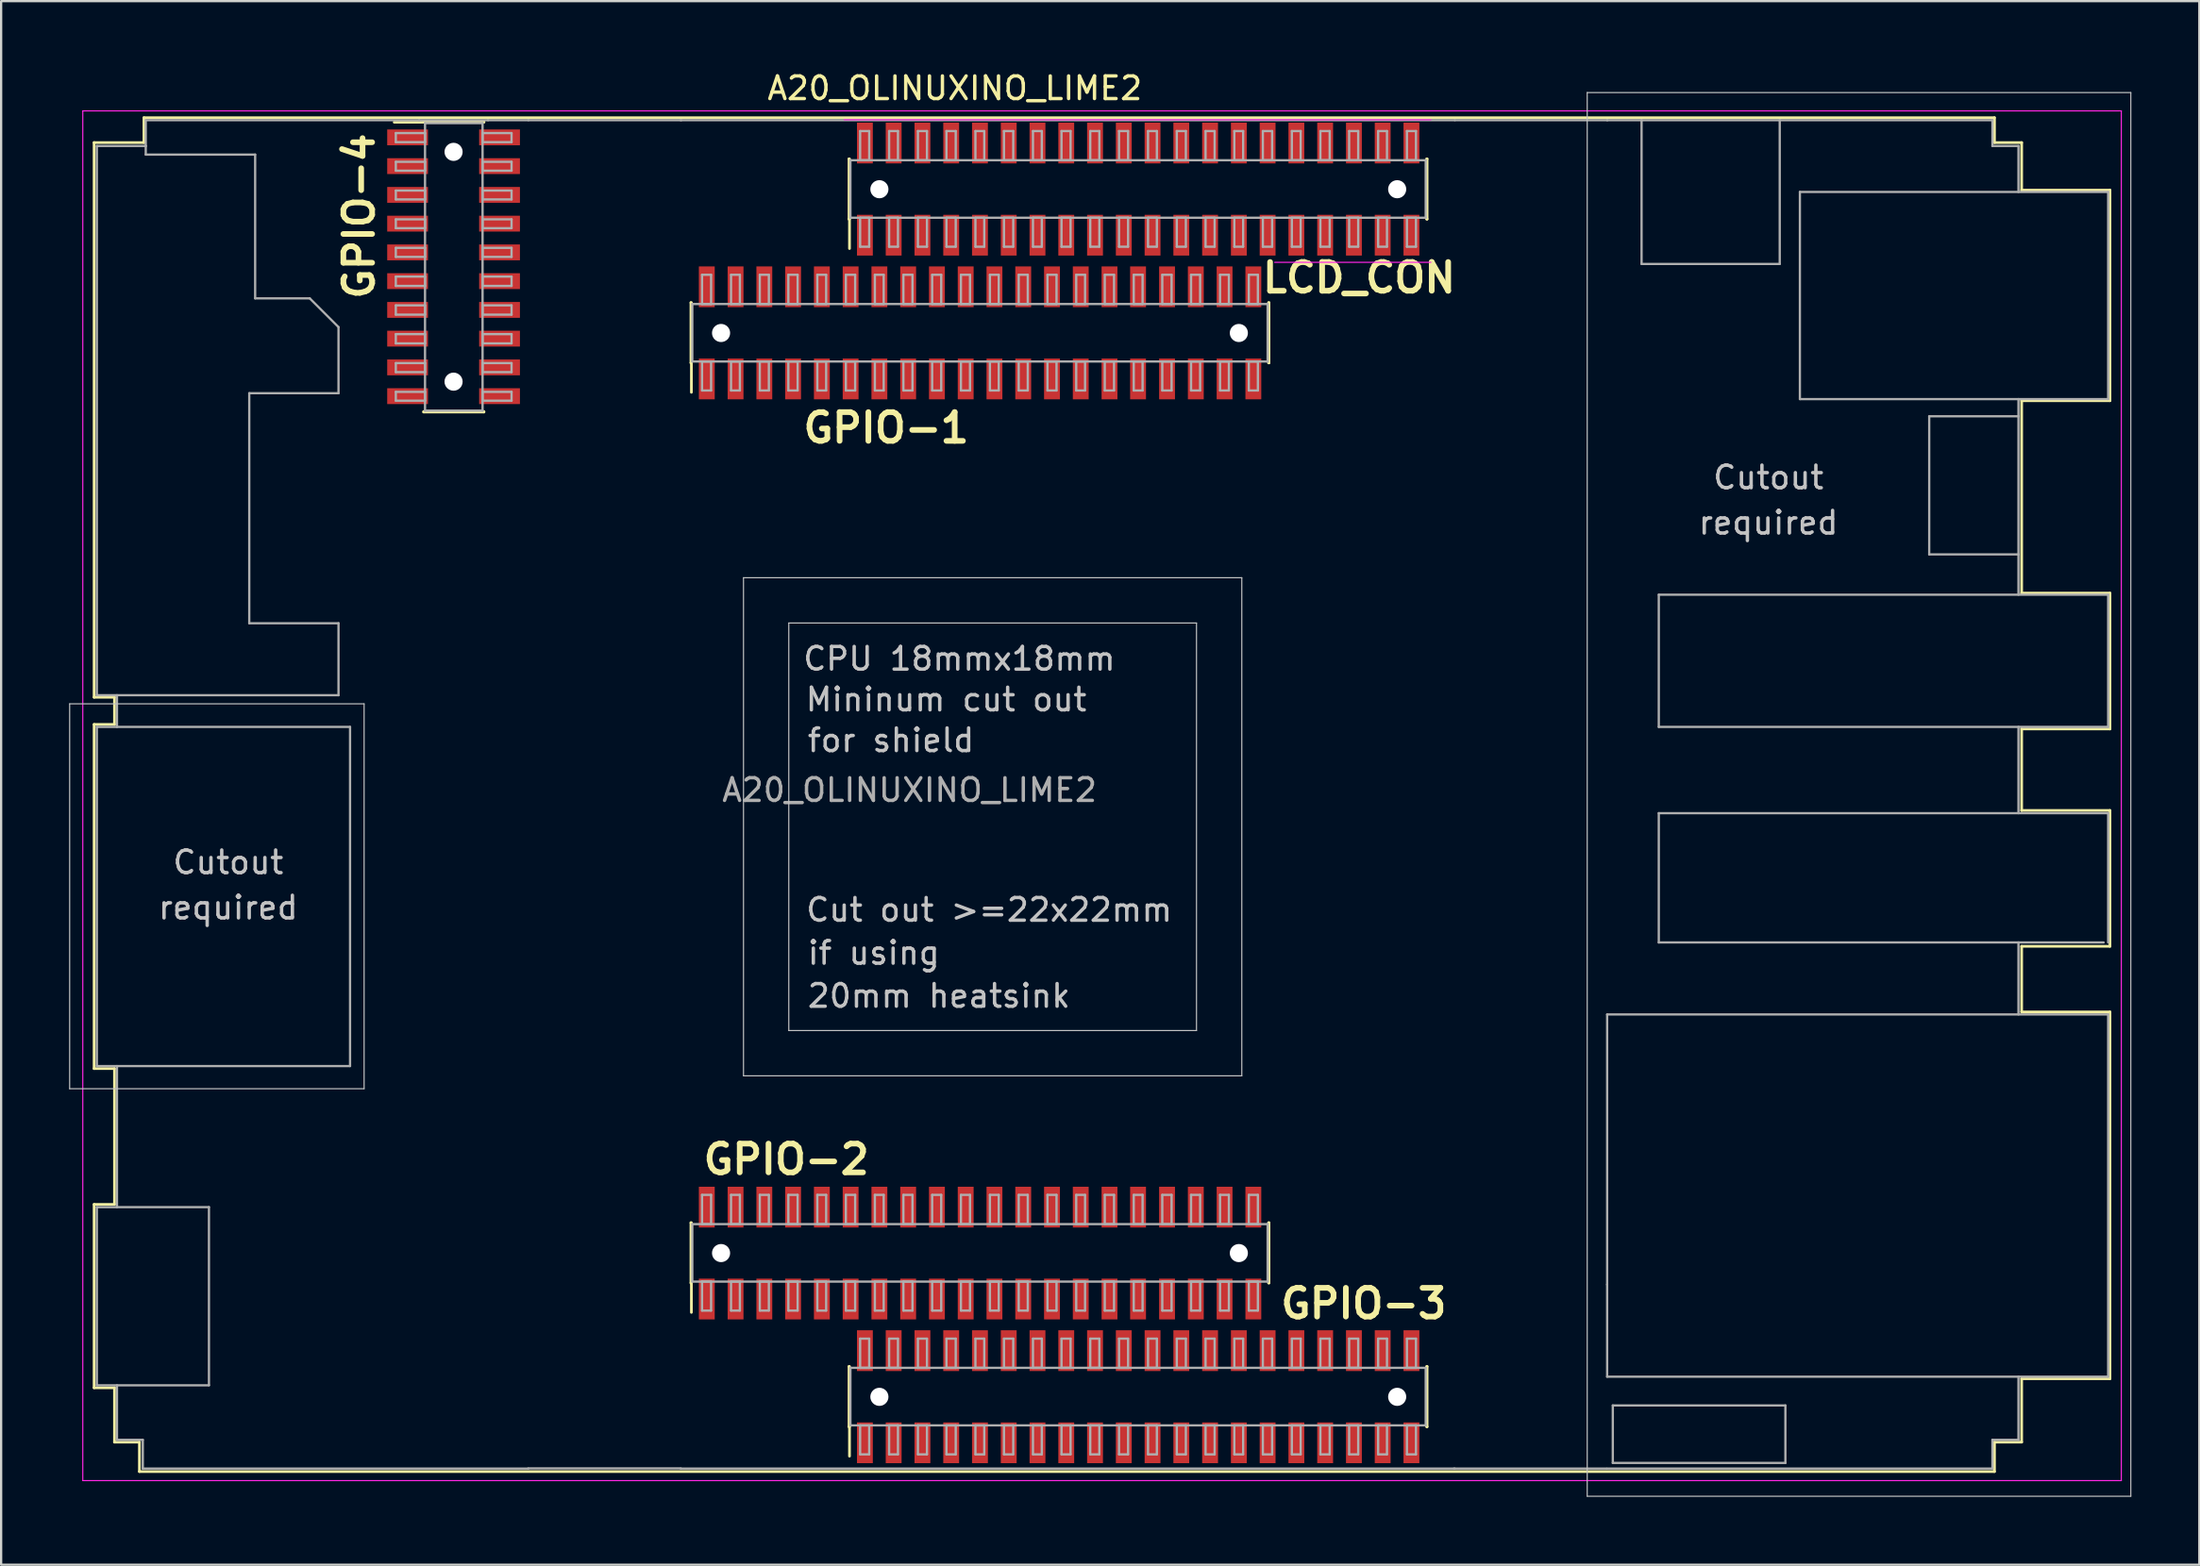
<source format=kicad_pcb>
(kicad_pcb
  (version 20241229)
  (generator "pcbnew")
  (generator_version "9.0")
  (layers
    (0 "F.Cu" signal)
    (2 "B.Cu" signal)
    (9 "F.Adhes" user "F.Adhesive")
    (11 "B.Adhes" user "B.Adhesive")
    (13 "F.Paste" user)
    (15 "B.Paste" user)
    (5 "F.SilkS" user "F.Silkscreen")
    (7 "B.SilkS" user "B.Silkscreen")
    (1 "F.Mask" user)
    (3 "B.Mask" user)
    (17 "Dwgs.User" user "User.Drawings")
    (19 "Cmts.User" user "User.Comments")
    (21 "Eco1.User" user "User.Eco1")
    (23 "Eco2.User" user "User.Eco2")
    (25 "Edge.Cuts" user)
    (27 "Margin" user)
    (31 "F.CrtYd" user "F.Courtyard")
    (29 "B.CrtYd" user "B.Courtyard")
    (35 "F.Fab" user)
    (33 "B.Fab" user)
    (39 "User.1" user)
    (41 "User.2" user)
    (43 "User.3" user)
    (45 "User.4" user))
  (footprint "A20_OLINUXINO_LIME2"
    (layer "F.Cu")
    (at 37.105 31.848)
    (property "Reference" "A20_OLINUXINO_LIME2" (at 2 -31 0) (layer "F.SilkS") (effects (font (size 1 1) (thickness 0.15))))
    (attr smd)
    (fp_line (start -36 -28.6) (end -36 -4.1) (stroke (width 0.12) (type solid)) (layer "F.SilkS"))
    (fp_line (start -36 -4.1) (end -35.1 -4.1) (stroke (width 0.12) (type solid)) (layer "F.SilkS"))
    (fp_line (start -36 -2.9) (end -36 12.3) (stroke (width 0.12) (type solid)) (layer "F.SilkS"))
    (fp_line (start -36 12.3) (end -35.1 12.3) (stroke (width 0.12) (type solid)) (layer "F.SilkS"))
    (fp_line (start -36 18.3) (end -36 26.4) (stroke (width 0.12) (type solid)) (layer "F.SilkS"))
    (fp_line (start -36 26.4) (end -35.1 26.4) (stroke (width 0.12) (type solid)) (layer "F.SilkS"))
    (fp_line (start -35.1 -4.1) (end -35.1 -2.9) (stroke (width 0.12) (type solid)) (layer "F.SilkS"))
    (fp_line (start -35.1 -2.9) (end -36 -2.9) (stroke (width 0.12) (type solid)) (layer "F.SilkS"))
    (fp_line (start -35.1 12.3) (end -35.1 18.3) (stroke (width 0.12) (type solid)) (layer "F.SilkS"))
    (fp_line (start -35.1 18.3) (end -36 18.3) (stroke (width 0.12) (type solid)) (layer "F.SilkS"))
    (fp_line (start -35.1 26.4) (end -35.1 28.8) (stroke (width 0.12) (type solid)) (layer "F.SilkS"))
    (fp_line (start -35.1 28.8) (end -34 28.8) (stroke (width 0.12) (type solid)) (layer "F.SilkS"))
    (fp_line (start -34 28.8) (end -34 30.1) (stroke (width 0.12) (type solid)) (layer "F.SilkS"))
    (fp_line (start -34 30.1) (end 47.9 30.1) (stroke (width 0.12) (type solid)) (layer "F.SilkS"))
    (fp_line (start -33.8 -29.7) (end -33.8 -28.6) (stroke (width 0.12) (type solid)) (layer "F.SilkS"))
    (fp_line (start -33.8 -28.6) (end -36 -28.6) (stroke (width 0.12) (type solid)) (layer "F.SilkS"))
    (fp_line (start -22.75 -29.5) (end -21.45 -29.5) (stroke (width 0.12) (type solid)) (layer "F.SilkS"))
    (fp_line (start -21.45 -29.52) (end -18.79 -29.52) (stroke (width 0.12) (type solid)) (layer "F.SilkS"))
    (fp_line (start -21.45 -29.5) (end -21.45 -29.52) (stroke (width 0.12) (type solid)) (layer "F.SilkS"))
    (fp_line (start -21.45 -16.72) (end -21.45 -16.7) (stroke (width 0.12) (type solid)) (layer "F.SilkS"))
    (fp_line (start -21.45 -16.7) (end -18.79 -16.7) (stroke (width 0.12) (type solid)) (layer "F.SilkS"))
    (fp_line (start -18.79 -29.52) (end -18.79 -29.5) (stroke (width 0.12) (type solid)) (layer "F.SilkS"))
    (fp_line (start -18.79 -16.7) (end -18.79 -16.72) (stroke (width 0.12) (type solid)) (layer "F.SilkS"))
    (fp_line (start -9.65 -21.53) (end -9.63 -21.53) (stroke (width 0.12) (type solid)) (layer "F.SilkS"))
    (fp_line (start -9.65 -18.87) (end -9.65 -21.53) (stroke (width 0.12) (type solid)) (layer "F.SilkS"))
    (fp_line (start -9.65 19.11) (end -9.63 19.11) (stroke (width 0.12) (type solid)) (layer "F.SilkS"))
    (fp_line (start -9.65 21.77) (end -9.65 19.11) (stroke (width 0.12) (type solid)) (layer "F.SilkS"))
    (fp_line (start -9.63 -18.87) (end -9.65 -18.87) (stroke (width 0.12) (type solid)) (layer "F.SilkS"))
    (fp_line (start -9.63 -17.57) (end -9.63 -18.87) (stroke (width 0.12) (type solid)) (layer "F.SilkS"))
    (fp_line (start -9.63 21.77) (end -9.65 21.77) (stroke (width 0.12) (type solid)) (layer "F.SilkS"))
    (fp_line (start -9.63 23.07) (end -9.63 21.77) (stroke (width 0.12) (type solid)) (layer "F.SilkS"))
    (fp_line (start -2.67 -27.88) (end -2.65 -27.88) (stroke (width 0.12) (type solid)) (layer "F.SilkS"))
    (fp_line (start -2.67 -25.22) (end -2.67 -27.88) (stroke (width 0.12) (type solid)) (layer "F.SilkS"))
    (fp_line (start -2.67 25.46) (end -2.65 25.46) (stroke (width 0.12) (type solid)) (layer "F.SilkS"))
    (fp_line (start -2.67 28.12) (end -2.67 25.46) (stroke (width 0.12) (type solid)) (layer "F.SilkS"))
    (fp_line (start -2.65 -25.22) (end -2.67 -25.22) (stroke (width 0.12) (type solid)) (layer "F.SilkS"))
    (fp_line (start -2.65 -23.92) (end -2.65 -25.22) (stroke (width 0.12) (type solid)) (layer "F.SilkS"))
    (fp_line (start -2.65 28.12) (end -2.67 28.12) (stroke (width 0.12) (type solid)) (layer "F.SilkS"))
    (fp_line (start -2.65 29.42) (end -2.65 28.12) (stroke (width 0.12) (type solid)) (layer "F.SilkS"))
    (fp_line (start 15.85 -18.87) (end 15.87 -18.87) (stroke (width 0.12) (type solid)) (layer "F.SilkS"))
    (fp_line (start 15.85 21.77) (end 15.87 21.77) (stroke (width 0.12) (type solid)) (layer "F.SilkS"))
    (fp_line (start 15.87 -21.53) (end 15.85 -21.53) (stroke (width 0.12) (type solid)) (layer "F.SilkS"))
    (fp_line (start 15.87 -18.87) (end 15.87 -21.53) (stroke (width 0.12) (type solid)) (layer "F.SilkS"))
    (fp_line (start 15.87 19.11) (end 15.85 19.11) (stroke (width 0.12) (type solid)) (layer "F.SilkS"))
    (fp_line (start 15.87 21.77) (end 15.87 19.11) (stroke (width 0.12) (type solid)) (layer "F.SilkS"))
    (fp_line (start 22.83 -25.22) (end 22.85 -25.22) (stroke (width 0.12) (type solid)) (layer "F.SilkS"))
    (fp_line (start 22.83 28.12) (end 22.85 28.12) (stroke (width 0.12) (type solid)) (layer "F.SilkS"))
    (fp_line (start 22.85 -27.88) (end 22.83 -27.88) (stroke (width 0.12) (type solid)) (layer "F.SilkS"))
    (fp_line (start 22.85 -25.22) (end 22.85 -27.88) (stroke (width 0.12) (type solid)) (layer "F.SilkS"))
    (fp_line (start 22.85 25.46) (end 22.83 25.46) (stroke (width 0.12) (type solid)) (layer "F.SilkS"))
    (fp_line (start 22.85 28.12) (end 22.85 25.46) (stroke (width 0.12) (type solid)) (layer "F.SilkS"))
    (fp_line (start 47.9 -29.7) (end -33.8 -29.7) (stroke (width 0.12) (type solid)) (layer "F.SilkS"))
    (fp_line (start 47.9 -28.6) (end 47.9 -29.7) (stroke (width 0.12) (type solid)) (layer "F.SilkS"))
    (fp_line (start 47.9 28.8) (end 49.1 28.8) (stroke (width 0.12) (type solid)) (layer "F.SilkS"))
    (fp_line (start 47.9 30.1) (end 47.9 28.8) (stroke (width 0.12) (type solid)) (layer "F.SilkS"))
    (fp_line (start 49.1 -28.6) (end 47.9 -28.6) (stroke (width 0.12) (type solid)) (layer "F.SilkS"))
    (fp_line (start 49.1 -26.5) (end 49.1 -28.6) (stroke (width 0.12) (type solid)) (layer "F.SilkS"))
    (fp_line (start 49.1 -17.2) (end 53 -17.2) (stroke (width 0.12) (type solid)) (layer "F.SilkS"))
    (fp_line (start 49.1 -8.7) (end 49.1 -17.2) (stroke (width 0.12) (type solid)) (layer "F.SilkS"))
    (fp_line (start 49.1 -2.7) (end 53 -2.7) (stroke (width 0.12) (type solid)) (layer "F.SilkS"))
    (fp_line (start 49.1 0.9) (end 49.1 -2.7) (stroke (width 0.12) (type solid)) (layer "F.SilkS"))
    (fp_line (start 49.1 6.9) (end 53 6.9) (stroke (width 0.12) (type solid)) (layer "F.SilkS"))
    (fp_line (start 49.1 9.8) (end 49.1 6.9) (stroke (width 0.12) (type solid)) (layer "F.SilkS"))
    (fp_line (start 49.1 26) (end 53 26) (stroke (width 0.12) (type solid)) (layer "F.SilkS"))
    (fp_line (start 49.1 28.8) (end 49.1 26) (stroke (width 0.12) (type solid)) (layer "F.SilkS"))
    (fp_line (start 53 -26.5) (end 49.1 -26.5) (stroke (width 0.12) (type solid)) (layer "F.SilkS"))
    (fp_line (start 53 -17.2) (end 53 -26.5) (stroke (width 0.12) (type solid)) (layer "F.SilkS"))
    (fp_line (start 53 -8.7) (end 49.1 -8.7) (stroke (width 0.12) (type solid)) (layer "F.SilkS"))
    (fp_line (start 53 -2.7) (end 53 -8.7) (stroke (width 0.12) (type solid)) (layer "F.SilkS"))
    (fp_line (start 53 0.9) (end 49.1 0.9) (stroke (width 0.12) (type solid)) (layer "F.SilkS"))
    (fp_line (start 53 6.9) (end 53 0.9) (stroke (width 0.12) (type solid)) (layer "F.SilkS"))
    (fp_line (start 53 9.8) (end 49.1 9.8) (stroke (width 0.12) (type solid)) (layer "F.SilkS"))
    (fp_line (start 53 26) (end 53 9.8) (stroke (width 0.12) (type solid)) (layer "F.SilkS"))
    (fp_line (start -37.08 -3.81) (end -37.08 13.19) (stroke (width 0.05) (type solid)) (layer "Dwgs.User"))
    (fp_line (start -37.08 13.19) (end -24.08 13.19) (stroke (width 0.05) (type solid)) (layer "Dwgs.User"))
    (fp_line (start -24.08 -3.81) (end -37.08 -3.81) (stroke (width 0.05) (type solid)) (layer "Dwgs.User"))
    (fp_line (start -24.08 13.19) (end -24.08 -3.81) (stroke (width 0.05) (type solid)) (layer "Dwgs.User"))
    (fp_line (start -7.33 -9.38) (end -7.33 12.62) (stroke (width 0.05) (type solid)) (layer "Dwgs.User"))
    (fp_line (start -7.33 12.62) (end 14.67 12.62) (stroke (width 0.05) (type solid)) (layer "Dwgs.User"))
    (fp_line (start -5.33 -7.38) (end -5.33 10.62) (stroke (width 0.05) (type solid)) (layer "Dwgs.User"))
    (fp_line (start -5.33 10.62) (end 12.67 10.62) (stroke (width 0.05) (type solid)) (layer "Dwgs.User"))
    (fp_line (start 12.67 -7.38) (end -5.33 -7.38) (stroke (width 0.05) (type solid)) (layer "Dwgs.User"))
    (fp_line (start 12.67 10.62) (end 12.67 -7.38) (stroke (width 0.05) (type solid)) (layer "Dwgs.User"))
    (fp_line (start 14.67 -9.38) (end -7.33 -9.38) (stroke (width 0.05) (type solid)) (layer "Dwgs.User"))
    (fp_line (start 14.67 12.62) (end 14.67 -9.38) (stroke (width 0.05) (type solid)) (layer "Dwgs.User"))
    (fp_line (start 29.92 -30.81) (end 53.92 -30.81) (stroke (width 0.05) (type solid)) (layer "Dwgs.User"))
    (fp_line (start 29.92 31.19) (end 29.92 -30.81) (stroke (width 0.05) (type solid)) (layer "Dwgs.User"))
    (fp_line (start 53.92 -30.81) (end 53.92 31.19) (stroke (width 0.05) (type solid)) (layer "Dwgs.User"))
    (fp_line (start 53.92 31.19) (end 29.92 31.19) (stroke (width 0.05) (type solid)) (layer "Dwgs.User"))
    (fp_line (start -36.5 -30) (end -36.5 30.5) (stroke (width 0.05) (type solid)) (layer "F.CrtYd"))
    (fp_line (start -36.5 30.5) (end 53.5 30.5) (stroke (width 0.05) (type solid)) (layer "F.CrtYd"))
    (fp_line (start 16.12 -23.31) (end 23.02 -23.31) (stroke (width 0.05) (type solid)) (layer "F.CrtYd"))
    (fp_line (start 23.02 -29.61) (end -2.88 -29.61) (stroke (width 0.05) (type solid)) (layer "F.CrtYd"))
    (fp_line (start 53.5 -30) (end -36.5 -30) (stroke (width 0.05) (type solid)) (layer "F.CrtYd"))
    (fp_line (start 53.5 30.5) (end 53.5 -30) (stroke (width 0.05) (type solid)) (layer "F.CrtYd"))
    (fp_line (start -35.88 -28.45) (end -33.72 -28.45) (stroke (width 0.1) (type solid)) (layer "F.Fab"))
    (fp_line (start -35.88 -4.19) (end -35.88 -28.45) (stroke (width 0.1) (type solid)) (layer "F.Fab"))
    (fp_line (start -35.88 -4.19) (end -25.21 -4.19) (stroke (width 0.1) (type solid)) (layer "F.Fab"))
    (fp_line (start -35.88 12.19) (end -35.88 -2.79) (stroke (width 0.1) (type solid)) (layer "F.Fab"))
    (fp_line (start -35.88 12.19) (end -24.7 12.19) (stroke (width 0.1) (type solid)) (layer "F.Fab"))
    (fp_line (start -35.88 26.29) (end -35.88 18.42) (stroke (width 0.1) (type solid)) (layer "F.Fab"))
    (fp_line (start -35.88 26.29) (end -30.93 26.29) (stroke (width 0.1) (type solid)) (layer "F.Fab"))
    (fp_line (start -34.99 -2.79) (end -34.99 -4.19) (stroke (width 0.1) (type solid)) (layer "F.Fab"))
    (fp_line (start -34.99 18.42) (end -34.99 12.19) (stroke (width 0.1) (type solid)) (layer "F.Fab"))
    (fp_line (start -34.99 28.7) (end -34.99 26.29) (stroke (width 0.1) (type solid)) (layer "F.Fab"))
    (fp_line (start -33.85 28.7) (end -34.99 28.7) (stroke (width 0.1) (type solid)) (layer "F.Fab"))
    (fp_line (start -33.85 29.97) (end -33.85 28.7) (stroke (width 0.1) (type solid)) (layer "F.Fab"))
    (fp_line (start -33.72 -29.59) (end -21.65 -29.59) (stroke (width 0.1) (type solid)) (layer "F.Fab"))
    (fp_line (start -33.72 -28.45) (end -33.72 -29.59) (stroke (width 0.1) (type solid)) (layer "F.Fab"))
    (fp_line (start -33.72 -28.07) (end -33.72 -28.45) (stroke (width 0.1) (type solid)) (layer "F.Fab"))
    (fp_line (start -30.93 18.42) (end -35.88 18.42) (stroke (width 0.1) (type solid)) (layer "F.Fab"))
    (fp_line (start -30.93 26.29) (end -30.93 18.42) (stroke (width 0.1) (type solid)) (layer "F.Fab"))
    (fp_line (start -29.15 -17.53) (end -25.21 -17.53) (stroke (width 0.1) (type solid)) (layer "F.Fab"))
    (fp_line (start -29.15 -7.37) (end -29.15 -17.53) (stroke (width 0.1) (type solid)) (layer "F.Fab"))
    (fp_line (start -28.89 -28.07) (end -33.72 -28.07) (stroke (width 0.1) (type solid)) (layer "F.Fab"))
    (fp_line (start -28.89 -21.72) (end -28.89 -28.07) (stroke (width 0.1) (type solid)) (layer "F.Fab"))
    (fp_line (start -26.48 -21.72) (end -28.89 -21.72) (stroke (width 0.1) (type solid)) (layer "F.Fab"))
    (fp_line (start -25.21 -20.45) (end -26.48 -21.72) (stroke (width 0.1) (type solid)) (layer "F.Fab"))
    (fp_line (start -25.21 -17.53) (end -25.21 -20.45) (stroke (width 0.1) (type solid)) (layer "F.Fab"))
    (fp_line (start -25.21 -7.37) (end -29.15 -7.37) (stroke (width 0.1) (type solid)) (layer "F.Fab"))
    (fp_line (start -25.21 -4.19) (end -25.21 -7.37) (stroke (width 0.1) (type solid)) (layer "F.Fab"))
    (fp_line (start -24.7 -2.79) (end -35.88 -2.79) (stroke (width 0.1) (type solid)) (layer "F.Fab"))
    (fp_line (start -24.7 12.19) (end -24.7 -2.79) (stroke (width 0.1) (type solid)) (layer "F.Fab"))
    (fp_line (start -22.68 -29.02) (end -21.39 -29.02) (stroke (width 0.1) (type solid)) (layer "F.Fab"))
    (fp_line (start -22.68 -28.62) (end -22.68 -29.02) (stroke (width 0.1) (type solid)) (layer "F.Fab"))
    (fp_line (start -22.68 -27.75) (end -21.39 -27.75) (stroke (width 0.1) (type solid)) (layer "F.Fab"))
    (fp_line (start -22.68 -27.36) (end -22.68 -27.75) (stroke (width 0.1) (type solid)) (layer "F.Fab"))
    (fp_line (start -22.68 -26.48) (end -21.39 -26.48) (stroke (width 0.1) (type solid)) (layer "F.Fab"))
    (fp_line (start -22.68 -26.09) (end -22.68 -26.48) (stroke (width 0.1) (type solid)) (layer "F.Fab"))
    (fp_line (start -22.68 -25.21) (end -21.39 -25.21) (stroke (width 0.1) (type solid)) (layer "F.Fab"))
    (fp_line (start -22.68 -24.82) (end -22.68 -25.21) (stroke (width 0.1) (type solid)) (layer "F.Fab"))
    (fp_line (start -22.68 -23.95) (end -21.39 -23.95) (stroke (width 0.1) (type solid)) (layer "F.Fab"))
    (fp_line (start -22.68 -23.55) (end -22.68 -23.95) (stroke (width 0.1) (type solid)) (layer "F.Fab"))
    (fp_line (start -22.68 -22.68) (end -21.39 -22.68) (stroke (width 0.1) (type solid)) (layer "F.Fab"))
    (fp_line (start -22.68 -22.27) (end -22.68 -22.68) (stroke (width 0.1) (type solid)) (layer "F.Fab"))
    (fp_line (start -22.68 -21.41) (end -21.39 -21.41) (stroke (width 0.1) (type solid)) (layer "F.Fab"))
    (fp_line (start -22.68 -21) (end -22.68 -21.41) (stroke (width 0.1) (type solid)) (layer "F.Fab"))
    (fp_line (start -22.68 -20.14) (end -21.39 -20.14) (stroke (width 0.1) (type solid)) (layer "F.Fab"))
    (fp_line (start -22.68 -19.73) (end -22.68 -20.14) (stroke (width 0.1) (type solid)) (layer "F.Fab"))
    (fp_line (start -22.68 -18.86) (end -21.39 -18.86) (stroke (width 0.1) (type solid)) (layer "F.Fab"))
    (fp_line (start -22.68 -18.46) (end -22.68 -18.86) (stroke (width 0.1) (type solid)) (layer "F.Fab"))
    (fp_line (start -22.68 -17.59) (end -21.39 -17.59) (stroke (width 0.1) (type solid)) (layer "F.Fab"))
    (fp_line (start -22.68 -17.2) (end -22.68 -17.59) (stroke (width 0.1) (type solid)) (layer "F.Fab"))
    (fp_line (start -21.65 -29.59) (end -18.61 -29.59) (stroke (width 0.1) (type solid)) (layer "F.Fab"))
    (fp_line (start -21.39 -29.46) (end -21.39 -16.76) (stroke (width 0.1) (type solid)) (layer "F.Fab"))
    (fp_line (start -21.39 -29.02) (end -21.39 -28.62) (stroke (width 0.1) (type solid)) (layer "F.Fab"))
    (fp_line (start -21.39 -28.62) (end -22.68 -28.62) (stroke (width 0.1) (type solid)) (layer "F.Fab"))
    (fp_line (start -21.39 -27.75) (end -21.39 -27.36) (stroke (width 0.1) (type solid)) (layer "F.Fab"))
    (fp_line (start -21.39 -27.36) (end -22.68 -27.36) (stroke (width 0.1) (type solid)) (layer "F.Fab"))
    (fp_line (start -21.39 -26.48) (end -21.39 -26.09) (stroke (width 0.1) (type solid)) (layer "F.Fab"))
    (fp_line (start -21.39 -26.09) (end -22.68 -26.09) (stroke (width 0.1) (type solid)) (layer "F.Fab"))
    (fp_line (start -21.39 -25.21) (end -21.39 -24.82) (stroke (width 0.1) (type solid)) (layer "F.Fab"))
    (fp_line (start -21.39 -24.82) (end -22.68 -24.82) (stroke (width 0.1) (type solid)) (layer "F.Fab"))
    (fp_line (start -21.39 -23.95) (end -21.39 -23.55) (stroke (width 0.1) (type solid)) (layer "F.Fab"))
    (fp_line (start -21.39 -23.55) (end -22.68 -23.55) (stroke (width 0.1) (type solid)) (layer "F.Fab"))
    (fp_line (start -21.39 -22.68) (end -21.39 -22.27) (stroke (width 0.1) (type solid)) (layer "F.Fab"))
    (fp_line (start -21.39 -22.27) (end -22.68 -22.27) (stroke (width 0.1) (type solid)) (layer "F.Fab"))
    (fp_line (start -21.39 -21.41) (end -21.39 -21) (stroke (width 0.1) (type solid)) (layer "F.Fab"))
    (fp_line (start -21.39 -21) (end -22.68 -21) (stroke (width 0.1) (type solid)) (layer "F.Fab"))
    (fp_line (start -21.39 -20.14) (end -21.39 -19.73) (stroke (width 0.1) (type solid)) (layer "F.Fab"))
    (fp_line (start -21.39 -19.73) (end -22.68 -19.73) (stroke (width 0.1) (type solid)) (layer "F.Fab"))
    (fp_line (start -21.39 -18.86) (end -21.39 -18.46) (stroke (width 0.1) (type solid)) (layer "F.Fab"))
    (fp_line (start -21.39 -18.46) (end -22.68 -18.46) (stroke (width 0.1) (type solid)) (layer "F.Fab"))
    (fp_line (start -21.39 -17.59) (end -21.39 -17.2) (stroke (width 0.1) (type solid)) (layer "F.Fab"))
    (fp_line (start -21.39 -17.2) (end -22.68 -17.2) (stroke (width 0.1) (type solid)) (layer "F.Fab"))
    (fp_line (start -21.39 -16.76) (end -18.85 -16.76) (stroke (width 0.1) (type solid)) (layer "F.Fab"))
    (fp_line (start -18.85 -29.46) (end -21.39 -29.46) (stroke (width 0.1) (type solid)) (layer "F.Fab"))
    (fp_line (start -18.85 -29.02) (end -18.85 -28.62) (stroke (width 0.1) (type solid)) (layer "F.Fab"))
    (fp_line (start -18.85 -28.62) (end -17.57 -28.62) (stroke (width 0.1) (type solid)) (layer "F.Fab"))
    (fp_line (start -18.85 -27.75) (end -18.85 -27.36) (stroke (width 0.1) (type solid)) (layer "F.Fab"))
    (fp_line (start -18.85 -27.36) (end -17.57 -27.36) (stroke (width 0.1) (type solid)) (layer "F.Fab"))
    (fp_line (start -18.85 -26.48) (end -18.85 -26.09) (stroke (width 0.1) (type solid)) (layer "F.Fab"))
    (fp_line (start -18.85 -26.09) (end -17.57 -26.09) (stroke (width 0.1) (type solid)) (layer "F.Fab"))
    (fp_line (start -18.85 -25.21) (end -18.85 -24.82) (stroke (width 0.1) (type solid)) (layer "F.Fab"))
    (fp_line (start -18.85 -24.82) (end -17.57 -24.82) (stroke (width 0.1) (type solid)) (layer "F.Fab"))
    (fp_line (start -18.85 -23.95) (end -18.85 -23.55) (stroke (width 0.1) (type solid)) (layer "F.Fab"))
    (fp_line (start -18.85 -23.55) (end -17.57 -23.55) (stroke (width 0.1) (type solid)) (layer "F.Fab"))
    (fp_line (start -18.85 -22.68) (end -18.85 -22.27) (stroke (width 0.1) (type solid)) (layer "F.Fab"))
    (fp_line (start -18.85 -22.27) (end -17.57 -22.27) (stroke (width 0.1) (type solid)) (layer "F.Fab"))
    (fp_line (start -18.85 -21.41) (end -18.85 -21) (stroke (width 0.1) (type solid)) (layer "F.Fab"))
    (fp_line (start -18.85 -21) (end -17.57 -21) (stroke (width 0.1) (type solid)) (layer "F.Fab"))
    (fp_line (start -18.85 -20.14) (end -18.85 -19.73) (stroke (width 0.1) (type solid)) (layer "F.Fab"))
    (fp_line (start -18.85 -19.73) (end -17.57 -19.73) (stroke (width 0.1) (type solid)) (layer "F.Fab"))
    (fp_line (start -18.85 -18.86) (end -18.85 -18.46) (stroke (width 0.1) (type solid)) (layer "F.Fab"))
    (fp_line (start -18.85 -18.46) (end -17.57 -18.46) (stroke (width 0.1) (type solid)) (layer "F.Fab"))
    (fp_line (start -18.85 -17.59) (end -18.85 -17.2) (stroke (width 0.1) (type solid)) (layer "F.Fab"))
    (fp_line (start -18.85 -17.2) (end -17.57 -17.2) (stroke (width 0.1) (type solid)) (layer "F.Fab"))
    (fp_line (start -18.85 -16.76) (end -18.85 -29.46) (stroke (width 0.1) (type solid)) (layer "F.Fab"))
    (fp_line (start -18.61 -29.59) (end -16.83 -29.59) (stroke (width 0.1) (type solid)) (layer "F.Fab"))
    (fp_line (start -17.57 -29.02) (end -18.85 -29.02) (stroke (width 0.1) (type solid)) (layer "F.Fab"))
    (fp_line (start -17.57 -28.62) (end -17.57 -29.02) (stroke (width 0.1) (type solid)) (layer "F.Fab"))
    (fp_line (start -17.57 -27.75) (end -18.85 -27.75) (stroke (width 0.1) (type solid)) (layer "F.Fab"))
    (fp_line (start -17.57 -27.36) (end -17.57 -27.75) (stroke (width 0.1) (type solid)) (layer "F.Fab"))
    (fp_line (start -17.57 -26.48) (end -18.85 -26.48) (stroke (width 0.1) (type solid)) (layer "F.Fab"))
    (fp_line (start -17.57 -26.09) (end -17.57 -26.48) (stroke (width 0.1) (type solid)) (layer "F.Fab"))
    (fp_line (start -17.57 -25.21) (end -18.85 -25.21) (stroke (width 0.1) (type solid)) (layer "F.Fab"))
    (fp_line (start -17.57 -24.82) (end -17.57 -25.21) (stroke (width 0.1) (type solid)) (layer "F.Fab"))
    (fp_line (start -17.57 -23.95) (end -18.85 -23.95) (stroke (width 0.1) (type solid)) (layer "F.Fab"))
    (fp_line (start -17.57 -23.55) (end -17.57 -23.95) (stroke (width 0.1) (type solid)) (layer "F.Fab"))
    (fp_line (start -17.57 -22.68) (end -18.85 -22.68) (stroke (width 0.1) (type solid)) (layer "F.Fab"))
    (fp_line (start -17.57 -22.27) (end -17.57 -22.68) (stroke (width 0.1) (type solid)) (layer "F.Fab"))
    (fp_line (start -17.57 -21.41) (end -18.85 -21.41) (stroke (width 0.1) (type solid)) (layer "F.Fab"))
    (fp_line (start -17.57 -21) (end -17.57 -21.41) (stroke (width 0.1) (type solid)) (layer "F.Fab"))
    (fp_line (start -17.57 -20.14) (end -18.85 -20.14) (stroke (width 0.1) (type solid)) (layer "F.Fab"))
    (fp_line (start -17.57 -19.73) (end -17.57 -20.14) (stroke (width 0.1) (type solid)) (layer "F.Fab"))
    (fp_line (start -17.57 -18.86) (end -18.85 -18.86) (stroke (width 0.1) (type solid)) (layer "F.Fab"))
    (fp_line (start -17.57 -18.46) (end -17.57 -18.86) (stroke (width 0.1) (type solid)) (layer "F.Fab"))
    (fp_line (start -17.57 -17.59) (end -18.85 -17.59) (stroke (width 0.1) (type solid)) (layer "F.Fab"))
    (fp_line (start -17.57 -17.2) (end -17.57 -17.59) (stroke (width 0.1) (type solid)) (layer "F.Fab"))
    (fp_line (start -16.83 29.97) (end -33.85 29.97) (stroke (width 0.1) (type solid)) (layer "F.Fab"))
    (fp_line (start -16.82 -29.59) (end -10.08 -29.59) (stroke (width 0.1) (type solid)) (layer "F.Fab"))
    (fp_line (start -10.1 -29.59) (end 24.07 -29.59) (stroke (width 0.1) (type solid)) (layer "F.Fab"))
    (fp_line (start -10.1 29.96) (end -16.83 29.96) (stroke (width 0.1) (type solid)) (layer "F.Fab"))
    (fp_line (start -9.59 -21.47) (end -9.59 -18.93) (stroke (width 0.1) (type solid)) (layer "F.Fab"))
    (fp_line (start -9.59 -18.93) (end 15.81 -18.93) (stroke (width 0.1) (type solid)) (layer "F.Fab"))
    (fp_line (start -9.59 19.17) (end -9.59 21.71) (stroke (width 0.1) (type solid)) (layer "F.Fab"))
    (fp_line (start -9.59 21.71) (end 15.81 21.71) (stroke (width 0.1) (type solid)) (layer "F.Fab"))
    (fp_line (start -9.16 -22.76) (end -9.16 -21.47) (stroke (width 0.1) (type solid)) (layer "F.Fab"))
    (fp_line (start -9.16 -21.47) (end -8.76 -21.47) (stroke (width 0.1) (type solid)) (layer "F.Fab"))
    (fp_line (start -9.16 -18.93) (end -8.76 -18.93) (stroke (width 0.1) (type solid)) (layer "F.Fab"))
    (fp_line (start -9.16 -17.65) (end -9.16 -18.93) (stroke (width 0.1) (type solid)) (layer "F.Fab"))
    (fp_line (start -9.16 17.88) (end -9.16 19.17) (stroke (width 0.1) (type solid)) (layer "F.Fab"))
    (fp_line (start -9.16 19.17) (end -8.76 19.17) (stroke (width 0.1) (type solid)) (layer "F.Fab"))
    (fp_line (start -9.16 21.71) (end -8.76 21.71) (stroke (width 0.1) (type solid)) (layer "F.Fab"))
    (fp_line (start -9.16 22.99) (end -9.16 21.71) (stroke (width 0.1) (type solid)) (layer "F.Fab"))
    (fp_line (start -8.76 -22.76) (end -9.16 -22.76) (stroke (width 0.1) (type solid)) (layer "F.Fab"))
    (fp_line (start -8.76 -21.47) (end -8.76 -22.76) (stroke (width 0.1) (type solid)) (layer "F.Fab"))
    (fp_line (start -8.76 -18.93) (end -8.76 -17.65) (stroke (width 0.1) (type solid)) (layer "F.Fab"))
    (fp_line (start -8.76 -17.65) (end -9.16 -17.65) (stroke (width 0.1) (type solid)) (layer "F.Fab"))
    (fp_line (start -8.76 17.88) (end -9.16 17.88) (stroke (width 0.1) (type solid)) (layer "F.Fab"))
    (fp_line (start -8.76 19.17) (end -8.76 17.88) (stroke (width 0.1) (type solid)) (layer "F.Fab"))
    (fp_line (start -8.76 21.71) (end -8.76 22.99) (stroke (width 0.1) (type solid)) (layer "F.Fab"))
    (fp_line (start -8.76 22.99) (end -9.16 22.99) (stroke (width 0.1) (type solid)) (layer "F.Fab"))
    (fp_line (start -7.88 -22.76) (end -7.88 -21.47) (stroke (width 0.1) (type solid)) (layer "F.Fab"))
    (fp_line (start -7.88 -21.47) (end -7.49 -21.47) (stroke (width 0.1) (type solid)) (layer "F.Fab"))
    (fp_line (start -7.88 -18.93) (end -7.49 -18.93) (stroke (width 0.1) (type solid)) (layer "F.Fab"))
    (fp_line (start -7.88 -17.65) (end -7.88 -18.93) (stroke (width 0.1) (type solid)) (layer "F.Fab"))
    (fp_line (start -7.88 17.88) (end -7.88 19.17) (stroke (width 0.1) (type solid)) (layer "F.Fab"))
    (fp_line (start -7.88 19.17) (end -7.49 19.17) (stroke (width 0.1) (type solid)) (layer "F.Fab"))
    (fp_line (start -7.88 21.71) (end -7.49 21.71) (stroke (width 0.1) (type solid)) (layer "F.Fab"))
    (fp_line (start -7.88 22.99) (end -7.88 21.71) (stroke (width 0.1) (type solid)) (layer "F.Fab"))
    (fp_line (start -7.49 -22.76) (end -7.88 -22.76) (stroke (width 0.1) (type solid)) (layer "F.Fab"))
    (fp_line (start -7.49 -21.47) (end -7.49 -22.76) (stroke (width 0.1) (type solid)) (layer "F.Fab"))
    (fp_line (start -7.49 -18.93) (end -7.49 -17.65) (stroke (width 0.1) (type solid)) (layer "F.Fab"))
    (fp_line (start -7.49 -17.65) (end -7.88 -17.65) (stroke (width 0.1) (type solid)) (layer "F.Fab"))
    (fp_line (start -7.49 17.88) (end -7.88 17.88) (stroke (width 0.1) (type solid)) (layer "F.Fab"))
    (fp_line (start -7.49 19.17) (end -7.49 17.88) (stroke (width 0.1) (type solid)) (layer "F.Fab"))
    (fp_line (start -7.49 21.71) (end -7.49 22.99) (stroke (width 0.1) (type solid)) (layer "F.Fab"))
    (fp_line (start -7.49 22.99) (end -7.88 22.99) (stroke (width 0.1) (type solid)) (layer "F.Fab"))
    (fp_line (start -6.61 -22.76) (end -6.61 -21.47) (stroke (width 0.1) (type solid)) (layer "F.Fab"))
    (fp_line (start -6.61 -21.47) (end -6.21 -21.47) (stroke (width 0.1) (type solid)) (layer "F.Fab"))
    (fp_line (start -6.61 -18.93) (end -6.21 -18.93) (stroke (width 0.1) (type solid)) (layer "F.Fab"))
    (fp_line (start -6.61 -17.65) (end -6.61 -18.93) (stroke (width 0.1) (type solid)) (layer "F.Fab"))
    (fp_line (start -6.61 17.88) (end -6.61 19.17) (stroke (width 0.1) (type solid)) (layer "F.Fab"))
    (fp_line (start -6.61 19.17) (end -6.21 19.17) (stroke (width 0.1) (type solid)) (layer "F.Fab"))
    (fp_line (start -6.61 21.71) (end -6.21 21.71) (stroke (width 0.1) (type solid)) (layer "F.Fab"))
    (fp_line (start -6.61 22.99) (end -6.61 21.71) (stroke (width 0.1) (type solid)) (layer "F.Fab"))
    (fp_line (start -6.21 -22.76) (end -6.61 -22.76) (stroke (width 0.1) (type solid)) (layer "F.Fab"))
    (fp_line (start -6.21 -21.47) (end -6.21 -22.76) (stroke (width 0.1) (type solid)) (layer "F.Fab"))
    (fp_line (start -6.21 -18.93) (end -6.21 -17.65) (stroke (width 0.1) (type solid)) (layer "F.Fab"))
    (fp_line (start -6.21 -17.65) (end -6.61 -17.65) (stroke (width 0.1) (type solid)) (layer "F.Fab"))
    (fp_line (start -6.21 17.88) (end -6.61 17.88) (stroke (width 0.1) (type solid)) (layer "F.Fab"))
    (fp_line (start -6.21 19.17) (end -6.21 17.88) (stroke (width 0.1) (type solid)) (layer "F.Fab"))
    (fp_line (start -6.21 21.71) (end -6.21 22.99) (stroke (width 0.1) (type solid)) (layer "F.Fab"))
    (fp_line (start -6.21 22.99) (end -6.61 22.99) (stroke (width 0.1) (type solid)) (layer "F.Fab"))
    (fp_line (start -5.35 -22.76) (end -5.35 -21.47) (stroke (width 0.1) (type solid)) (layer "F.Fab"))
    (fp_line (start -5.35 -21.47) (end -4.94 -21.47) (stroke (width 0.1) (type solid)) (layer "F.Fab"))
    (fp_line (start -5.35 -18.93) (end -4.94 -18.93) (stroke (width 0.1) (type solid)) (layer "F.Fab"))
    (fp_line (start -5.35 -17.65) (end -5.35 -18.93) (stroke (width 0.1) (type solid)) (layer "F.Fab"))
    (fp_line (start -5.35 17.88) (end -5.35 19.17) (stroke (width 0.1) (type solid)) (layer "F.Fab"))
    (fp_line (start -5.35 19.17) (end -4.94 19.17) (stroke (width 0.1) (type solid)) (layer "F.Fab"))
    (fp_line (start -5.35 21.71) (end -4.94 21.71) (stroke (width 0.1) (type solid)) (layer "F.Fab"))
    (fp_line (start -5.35 22.99) (end -5.35 21.71) (stroke (width 0.1) (type solid)) (layer "F.Fab"))
    (fp_line (start -4.94 -22.76) (end -5.35 -22.76) (stroke (width 0.1) (type solid)) (layer "F.Fab"))
    (fp_line (start -4.94 -21.47) (end -4.94 -22.76) (stroke (width 0.1) (type solid)) (layer "F.Fab"))
    (fp_line (start -4.94 -18.93) (end -4.94 -17.65) (stroke (width 0.1) (type solid)) (layer "F.Fab"))
    (fp_line (start -4.94 -17.65) (end -5.35 -17.65) (stroke (width 0.1) (type solid)) (layer "F.Fab"))
    (fp_line (start -4.94 17.88) (end -5.35 17.88) (stroke (width 0.1) (type solid)) (layer "F.Fab"))
    (fp_line (start -4.94 19.17) (end -4.94 17.88) (stroke (width 0.1) (type solid)) (layer "F.Fab"))
    (fp_line (start -4.94 21.71) (end -4.94 22.99) (stroke (width 0.1) (type solid)) (layer "F.Fab"))
    (fp_line (start -4.94 22.99) (end -5.35 22.99) (stroke (width 0.1) (type solid)) (layer "F.Fab"))
    (fp_line (start -4.07 -22.76) (end -4.07 -21.47) (stroke (width 0.1) (type solid)) (layer "F.Fab"))
    (fp_line (start -4.07 -21.47) (end -3.68 -21.47) (stroke (width 0.1) (type solid)) (layer "F.Fab"))
    (fp_line (start -4.07 -18.93) (end -3.68 -18.93) (stroke (width 0.1) (type solid)) (layer "F.Fab"))
    (fp_line (start -4.07 -17.65) (end -4.07 -18.93) (stroke (width 0.1) (type solid)) (layer "F.Fab"))
    (fp_line (start -4.07 17.88) (end -4.07 19.17) (stroke (width 0.1) (type solid)) (layer "F.Fab"))
    (fp_line (start -4.07 19.17) (end -3.68 19.17) (stroke (width 0.1) (type solid)) (layer "F.Fab"))
    (fp_line (start -4.07 21.71) (end -3.68 21.71) (stroke (width 0.1) (type solid)) (layer "F.Fab"))
    (fp_line (start -4.07 22.99) (end -4.07 21.71) (stroke (width 0.1) (type solid)) (layer "F.Fab"))
    (fp_line (start -3.68 -22.76) (end -4.07 -22.76) (stroke (width 0.1) (type solid)) (layer "F.Fab"))
    (fp_line (start -3.68 -21.47) (end -3.68 -22.76) (stroke (width 0.1) (type solid)) (layer "F.Fab"))
    (fp_line (start -3.68 -18.93) (end -3.68 -17.65) (stroke (width 0.1) (type solid)) (layer "F.Fab"))
    (fp_line (start -3.68 -17.65) (end -4.07 -17.65) (stroke (width 0.1) (type solid)) (layer "F.Fab"))
    (fp_line (start -3.68 17.88) (end -4.07 17.88) (stroke (width 0.1) (type solid)) (layer "F.Fab"))
    (fp_line (start -3.68 19.17) (end -3.68 17.88) (stroke (width 0.1) (type solid)) (layer "F.Fab"))
    (fp_line (start -3.68 21.71) (end -3.68 22.99) (stroke (width 0.1) (type solid)) (layer "F.Fab"))
    (fp_line (start -3.68 22.99) (end -4.07 22.99) (stroke (width 0.1) (type solid)) (layer "F.Fab"))
    (fp_line (start -2.81 -22.76) (end -2.81 -21.47) (stroke (width 0.1) (type solid)) (layer "F.Fab"))
    (fp_line (start -2.81 -21.47) (end -2.4 -21.47) (stroke (width 0.1) (type solid)) (layer "F.Fab"))
    (fp_line (start -2.81 -18.93) (end -2.4 -18.93) (stroke (width 0.1) (type solid)) (layer "F.Fab"))
    (fp_line (start -2.81 -17.65) (end -2.81 -18.93) (stroke (width 0.1) (type solid)) (layer "F.Fab"))
    (fp_line (start -2.81 17.88) (end -2.81 19.17) (stroke (width 0.1) (type solid)) (layer "F.Fab"))
    (fp_line (start -2.81 19.17) (end -2.4 19.17) (stroke (width 0.1) (type solid)) (layer "F.Fab"))
    (fp_line (start -2.81 21.71) (end -2.4 21.71) (stroke (width 0.1) (type solid)) (layer "F.Fab"))
    (fp_line (start -2.81 22.99) (end -2.81 21.71) (stroke (width 0.1) (type solid)) (layer "F.Fab"))
    (fp_line (start -2.61 -27.82) (end -2.61 -25.28) (stroke (width 0.1) (type solid)) (layer "F.Fab"))
    (fp_line (start -2.61 -25.28) (end 22.79 -25.28) (stroke (width 0.1) (type solid)) (layer "F.Fab"))
    (fp_line (start -2.61 25.52) (end -2.61 28.06) (stroke (width 0.1) (type solid)) (layer "F.Fab"))
    (fp_line (start -2.61 28.06) (end 22.79 28.06) (stroke (width 0.1) (type solid)) (layer "F.Fab"))
    (fp_line (start -2.4 -22.76) (end -2.81 -22.76) (stroke (width 0.1) (type solid)) (layer "F.Fab"))
    (fp_line (start -2.4 -21.47) (end -2.4 -22.76) (stroke (width 0.1) (type solid)) (layer "F.Fab"))
    (fp_line (start -2.4 -18.93) (end -2.4 -17.65) (stroke (width 0.1) (type solid)) (layer "F.Fab"))
    (fp_line (start -2.4 -17.65) (end -2.81 -17.65) (stroke (width 0.1) (type solid)) (layer "F.Fab"))
    (fp_line (start -2.4 17.88) (end -2.81 17.88) (stroke (width 0.1) (type solid)) (layer "F.Fab"))
    (fp_line (start -2.4 19.17) (end -2.4 17.88) (stroke (width 0.1) (type solid)) (layer "F.Fab"))
    (fp_line (start -2.4 21.71) (end -2.4 22.99) (stroke (width 0.1) (type solid)) (layer "F.Fab"))
    (fp_line (start -2.4 22.99) (end -2.81 22.99) (stroke (width 0.1) (type solid)) (layer "F.Fab"))
    (fp_line (start -2.18 -29.11) (end -2.18 -27.82) (stroke (width 0.1) (type solid)) (layer "F.Fab"))
    (fp_line (start -2.18 -27.82) (end -1.78 -27.82) (stroke (width 0.1) (type solid)) (layer "F.Fab"))
    (fp_line (start -2.18 -25.28) (end -1.78 -25.28) (stroke (width 0.1) (type solid)) (layer "F.Fab"))
    (fp_line (start -2.18 -24) (end -2.18 -25.28) (stroke (width 0.1) (type solid)) (layer "F.Fab"))
    (fp_line (start -2.18 24.23) (end -2.18 25.52) (stroke (width 0.1) (type solid)) (layer "F.Fab"))
    (fp_line (start -2.18 25.52) (end -1.78 25.52) (stroke (width 0.1) (type solid)) (layer "F.Fab"))
    (fp_line (start -2.18 28.06) (end -1.78 28.06) (stroke (width 0.1) (type solid)) (layer "F.Fab"))
    (fp_line (start -2.18 29.34) (end -2.18 28.06) (stroke (width 0.1) (type solid)) (layer "F.Fab"))
    (fp_line (start -1.78 -29.11) (end -2.18 -29.11) (stroke (width 0.1) (type solid)) (layer "F.Fab"))
    (fp_line (start -1.78 -27.82) (end -1.78 -29.11) (stroke (width 0.1) (type solid)) (layer "F.Fab"))
    (fp_line (start -1.78 -25.28) (end -1.78 -24) (stroke (width 0.1) (type solid)) (layer "F.Fab"))
    (fp_line (start -1.78 -24) (end -2.18 -24) (stroke (width 0.1) (type solid)) (layer "F.Fab"))
    (fp_line (start -1.78 24.23) (end -2.18 24.23) (stroke (width 0.1) (type solid)) (layer "F.Fab"))
    (fp_line (start -1.78 25.52) (end -1.78 24.23) (stroke (width 0.1) (type solid)) (layer "F.Fab"))
    (fp_line (start -1.78 28.06) (end -1.78 29.34) (stroke (width 0.1) (type solid)) (layer "F.Fab"))
    (fp_line (start -1.78 29.34) (end -2.18 29.34) (stroke (width 0.1) (type solid)) (layer "F.Fab"))
    (fp_line (start -1.53 -22.76) (end -1.53 -21.47) (stroke (width 0.1) (type solid)) (layer "F.Fab"))
    (fp_line (start -1.53 -21.47) (end -1.14 -21.47) (stroke (width 0.1) (type solid)) (layer "F.Fab"))
    (fp_line (start -1.53 -18.93) (end -1.14 -18.93) (stroke (width 0.1) (type solid)) (layer "F.Fab"))
    (fp_line (start -1.53 -17.65) (end -1.53 -18.93) (stroke (width 0.1) (type solid)) (layer "F.Fab"))
    (fp_line (start -1.53 17.88) (end -1.53 19.17) (stroke (width 0.1) (type solid)) (layer "F.Fab"))
    (fp_line (start -1.53 19.17) (end -1.14 19.17) (stroke (width 0.1) (type solid)) (layer "F.Fab"))
    (fp_line (start -1.53 21.71) (end -1.14 21.71) (stroke (width 0.1) (type solid)) (layer "F.Fab"))
    (fp_line (start -1.53 22.99) (end -1.53 21.71) (stroke (width 0.1) (type solid)) (layer "F.Fab"))
    (fp_line (start -1.14 -22.76) (end -1.53 -22.76) (stroke (width 0.1) (type solid)) (layer "F.Fab"))
    (fp_line (start -1.14 -21.47) (end -1.14 -22.76) (stroke (width 0.1) (type solid)) (layer "F.Fab"))
    (fp_line (start -1.14 -18.93) (end -1.14 -17.65) (stroke (width 0.1) (type solid)) (layer "F.Fab"))
    (fp_line (start -1.14 -17.65) (end -1.53 -17.65) (stroke (width 0.1) (type solid)) (layer "F.Fab"))
    (fp_line (start -1.14 17.88) (end -1.53 17.88) (stroke (width 0.1) (type solid)) (layer "F.Fab"))
    (fp_line (start -1.14 19.17) (end -1.14 17.88) (stroke (width 0.1) (type solid)) (layer "F.Fab"))
    (fp_line (start -1.14 21.71) (end -1.14 22.99) (stroke (width 0.1) (type solid)) (layer "F.Fab"))
    (fp_line (start -1.14 22.99) (end -1.53 22.99) (stroke (width 0.1) (type solid)) (layer "F.Fab"))
    (fp_line (start -0.9 -29.11) (end -0.9 -27.82) (stroke (width 0.1) (type solid)) (layer "F.Fab"))
    (fp_line (start -0.9 -27.82) (end -0.51 -27.82) (stroke (width 0.1) (type solid)) (layer "F.Fab"))
    (fp_line (start -0.9 -25.28) (end -0.51 -25.28) (stroke (width 0.1) (type solid)) (layer "F.Fab"))
    (fp_line (start -0.9 -24) (end -0.9 -25.28) (stroke (width 0.1) (type solid)) (layer "F.Fab"))
    (fp_line (start -0.9 24.23) (end -0.9 25.52) (stroke (width 0.1) (type solid)) (layer "F.Fab"))
    (fp_line (start -0.9 25.52) (end -0.51 25.52) (stroke (width 0.1) (type solid)) (layer "F.Fab"))
    (fp_line (start -0.9 28.06) (end -0.51 28.06) (stroke (width 0.1) (type solid)) (layer "F.Fab"))
    (fp_line (start -0.9 29.34) (end -0.9 28.06) (stroke (width 0.1) (type solid)) (layer "F.Fab"))
    (fp_line (start -0.51 -29.11) (end -0.9 -29.11) (stroke (width 0.1) (type solid)) (layer "F.Fab"))
    (fp_line (start -0.51 -27.82) (end -0.51 -29.11) (stroke (width 0.1) (type solid)) (layer "F.Fab"))
    (fp_line (start -0.51 -25.28) (end -0.51 -24) (stroke (width 0.1) (type solid)) (layer "F.Fab"))
    (fp_line (start -0.51 -24) (end -0.9 -24) (stroke (width 0.1) (type solid)) (layer "F.Fab"))
    (fp_line (start -0.51 24.23) (end -0.9 24.23) (stroke (width 0.1) (type solid)) (layer "F.Fab"))
    (fp_line (start -0.51 25.52) (end -0.51 24.23) (stroke (width 0.1) (type solid)) (layer "F.Fab"))
    (fp_line (start -0.51 28.06) (end -0.51 29.34) (stroke (width 0.1) (type solid)) (layer "F.Fab"))
    (fp_line (start -0.51 29.34) (end -0.9 29.34) (stroke (width 0.1) (type solid)) (layer "F.Fab"))
    (fp_line (start -0.27 -22.76) (end -0.27 -21.47) (stroke (width 0.1) (type solid)) (layer "F.Fab"))
    (fp_line (start -0.27 -21.47) (end 0.13 -21.47) (stroke (width 0.1) (type solid)) (layer "F.Fab"))
    (fp_line (start -0.27 -18.93) (end 0.13 -18.93) (stroke (width 0.1) (type solid)) (layer "F.Fab"))
    (fp_line (start -0.27 -17.65) (end -0.27 -18.93) (stroke (width 0.1) (type solid)) (layer "F.Fab"))
    (fp_line (start -0.27 17.88) (end -0.27 19.17) (stroke (width 0.1) (type solid)) (layer "F.Fab"))
    (fp_line (start -0.27 19.17) (end 0.13 19.17) (stroke (width 0.1) (type solid)) (layer "F.Fab"))
    (fp_line (start -0.27 21.71) (end 0.13 21.71) (stroke (width 0.1) (type solid)) (layer "F.Fab"))
    (fp_line (start -0.27 22.99) (end -0.27 21.71) (stroke (width 0.1) (type solid)) (layer "F.Fab"))
    (fp_line (start 0.13 -22.76) (end -0.27 -22.76) (stroke (width 0.1) (type solid)) (layer "F.Fab"))
    (fp_line (start 0.13 -21.47) (end 0.13 -22.76) (stroke (width 0.1) (type solid)) (layer "F.Fab"))
    (fp_line (start 0.13 -18.93) (end 0.13 -17.65) (stroke (width 0.1) (type solid)) (layer "F.Fab"))
    (fp_line (start 0.13 -17.65) (end -0.27 -17.65) (stroke (width 0.1) (type solid)) (layer "F.Fab"))
    (fp_line (start 0.13 17.88) (end -0.27 17.88) (stroke (width 0.1) (type solid)) (layer "F.Fab"))
    (fp_line (start 0.13 19.17) (end 0.13 17.88) (stroke (width 0.1) (type solid)) (layer "F.Fab"))
    (fp_line (start 0.13 21.71) (end 0.13 22.99) (stroke (width 0.1) (type solid)) (layer "F.Fab"))
    (fp_line (start 0.13 22.99) (end -0.27 22.99) (stroke (width 0.1) (type solid)) (layer "F.Fab"))
    (fp_line (start 0.37 -29.11) (end 0.37 -27.82) (stroke (width 0.1) (type solid)) (layer "F.Fab"))
    (fp_line (start 0.37 -27.82) (end 0.77 -27.82) (stroke (width 0.1) (type solid)) (layer "F.Fab"))
    (fp_line (start 0.37 -25.28) (end 0.77 -25.28) (stroke (width 0.1) (type solid)) (layer "F.Fab"))
    (fp_line (start 0.37 -24) (end 0.37 -25.28) (stroke (width 0.1) (type solid)) (layer "F.Fab"))
    (fp_line (start 0.37 24.23) (end 0.37 25.52) (stroke (width 0.1) (type solid)) (layer "F.Fab"))
    (fp_line (start 0.37 25.52) (end 0.77 25.52) (stroke (width 0.1) (type solid)) (layer "F.Fab"))
    (fp_line (start 0.37 28.06) (end 0.77 28.06) (stroke (width 0.1) (type solid)) (layer "F.Fab"))
    (fp_line (start 0.37 29.34) (end 0.37 28.06) (stroke (width 0.1) (type solid)) (layer "F.Fab"))
    (fp_line (start 0.77 -29.11) (end 0.37 -29.11) (stroke (width 0.1) (type solid)) (layer "F.Fab"))
    (fp_line (start 0.77 -27.82) (end 0.77 -29.11) (stroke (width 0.1) (type solid)) (layer "F.Fab"))
    (fp_line (start 0.77 -25.28) (end 0.77 -24) (stroke (width 0.1) (type solid)) (layer "F.Fab"))
    (fp_line (start 0.77 -24) (end 0.37 -24) (stroke (width 0.1) (type solid)) (layer "F.Fab"))
    (fp_line (start 0.77 24.23) (end 0.37 24.23) (stroke (width 0.1) (type solid)) (layer "F.Fab"))
    (fp_line (start 0.77 25.52) (end 0.77 24.23) (stroke (width 0.1) (type solid)) (layer "F.Fab"))
    (fp_line (start 0.77 28.06) (end 0.77 29.34) (stroke (width 0.1) (type solid)) (layer "F.Fab"))
    (fp_line (start 0.77 29.34) (end 0.37 29.34) (stroke (width 0.1) (type solid)) (layer "F.Fab"))
    (fp_line (start 1 -22.76) (end 1 -21.47) (stroke (width 0.1) (type solid)) (layer "F.Fab"))
    (fp_line (start 1 -21.47) (end 1.4 -21.47) (stroke (width 0.1) (type solid)) (layer "F.Fab"))
    (fp_line (start 1 -18.93) (end 1.4 -18.93) (stroke (width 0.1) (type solid)) (layer "F.Fab"))
    (fp_line (start 1 -17.65) (end 1 -18.93) (stroke (width 0.1) (type solid)) (layer "F.Fab"))
    (fp_line (start 1 17.88) (end 1 19.17) (stroke (width 0.1) (type solid)) (layer "F.Fab"))
    (fp_line (start 1 19.17) (end 1.4 19.17) (stroke (width 0.1) (type solid)) (layer "F.Fab"))
    (fp_line (start 1 21.71) (end 1.4 21.71) (stroke (width 0.1) (type solid)) (layer "F.Fab"))
    (fp_line (start 1 22.99) (end 1 21.71) (stroke (width 0.1) (type solid)) (layer "F.Fab"))
    (fp_line (start 1.4 -22.76) (end 1 -22.76) (stroke (width 0.1) (type solid)) (layer "F.Fab"))
    (fp_line (start 1.4 -21.47) (end 1.4 -22.76) (stroke (width 0.1) (type solid)) (layer "F.Fab"))
    (fp_line (start 1.4 -18.93) (end 1.4 -17.65) (stroke (width 0.1) (type solid)) (layer "F.Fab"))
    (fp_line (start 1.4 -17.65) (end 1 -17.65) (stroke (width 0.1) (type solid)) (layer "F.Fab"))
    (fp_line (start 1.4 17.88) (end 1 17.88) (stroke (width 0.1) (type solid)) (layer "F.Fab"))
    (fp_line (start 1.4 19.17) (end 1.4 17.88) (stroke (width 0.1) (type solid)) (layer "F.Fab"))
    (fp_line (start 1.4 21.71) (end 1.4 22.99) (stroke (width 0.1) (type solid)) (layer "F.Fab"))
    (fp_line (start 1.4 22.99) (end 1 22.99) (stroke (width 0.1) (type solid)) (layer "F.Fab"))
    (fp_line (start 1.63 -29.11) (end 1.63 -27.82) (stroke (width 0.1) (type solid)) (layer "F.Fab"))
    (fp_line (start 1.63 -27.82) (end 2.04 -27.82) (stroke (width 0.1) (type solid)) (layer "F.Fab"))
    (fp_line (start 1.63 -25.28) (end 2.04 -25.28) (stroke (width 0.1) (type solid)) (layer "F.Fab"))
    (fp_line (start 1.63 -24) (end 1.63 -25.28) (stroke (width 0.1) (type solid)) (layer "F.Fab"))
    (fp_line (start 1.63 24.23) (end 1.63 25.52) (stroke (width 0.1) (type solid)) (layer "F.Fab"))
    (fp_line (start 1.63 25.52) (end 2.04 25.52) (stroke (width 0.1) (type solid)) (layer "F.Fab"))
    (fp_line (start 1.63 28.06) (end 2.04 28.06) (stroke (width 0.1) (type solid)) (layer "F.Fab"))
    (fp_line (start 1.63 29.34) (end 1.63 28.06) (stroke (width 0.1) (type solid)) (layer "F.Fab"))
    (fp_line (start 2.04 -29.11) (end 1.63 -29.11) (stroke (width 0.1) (type solid)) (layer "F.Fab"))
    (fp_line (start 2.04 -27.82) (end 2.04 -29.11) (stroke (width 0.1) (type solid)) (layer "F.Fab"))
    (fp_line (start 2.04 -25.28) (end 2.04 -24) (stroke (width 0.1) (type solid)) (layer "F.Fab"))
    (fp_line (start 2.04 -24) (end 1.63 -24) (stroke (width 0.1) (type solid)) (layer "F.Fab"))
    (fp_line (start 2.04 24.23) (end 1.63 24.23) (stroke (width 0.1) (type solid)) (layer "F.Fab"))
    (fp_line (start 2.04 25.52) (end 2.04 24.23) (stroke (width 0.1) (type solid)) (layer "F.Fab"))
    (fp_line (start 2.04 28.06) (end 2.04 29.34) (stroke (width 0.1) (type solid)) (layer "F.Fab"))
    (fp_line (start 2.04 29.34) (end 1.63 29.34) (stroke (width 0.1) (type solid)) (layer "F.Fab"))
    (fp_line (start 2.27 -22.76) (end 2.27 -21.47) (stroke (width 0.1) (type solid)) (layer "F.Fab"))
    (fp_line (start 2.27 -21.47) (end 2.67 -21.47) (stroke (width 0.1) (type solid)) (layer "F.Fab"))
    (fp_line (start 2.27 -18.93) (end 2.67 -18.93) (stroke (width 0.1) (type solid)) (layer "F.Fab"))
    (fp_line (start 2.27 -17.65) (end 2.27 -18.93) (stroke (width 0.1) (type solid)) (layer "F.Fab"))
    (fp_line (start 2.27 17.88) (end 2.27 19.17) (stroke (width 0.1) (type solid)) (layer "F.Fab"))
    (fp_line (start 2.27 19.17) (end 2.67 19.17) (stroke (width 0.1) (type solid)) (layer "F.Fab"))
    (fp_line (start 2.27 21.71) (end 2.67 21.71) (stroke (width 0.1) (type solid)) (layer "F.Fab"))
    (fp_line (start 2.27 22.99) (end 2.27 21.71) (stroke (width 0.1) (type solid)) (layer "F.Fab"))
    (fp_line (start 2.67 -22.76) (end 2.27 -22.76) (stroke (width 0.1) (type solid)) (layer "F.Fab"))
    (fp_line (start 2.67 -21.47) (end 2.67 -22.76) (stroke (width 0.1) (type solid)) (layer "F.Fab"))
    (fp_line (start 2.67 -18.93) (end 2.67 -17.65) (stroke (width 0.1) (type solid)) (layer "F.Fab"))
    (fp_line (start 2.67 -17.65) (end 2.27 -17.65) (stroke (width 0.1) (type solid)) (layer "F.Fab"))
    (fp_line (start 2.67 17.88) (end 2.27 17.88) (stroke (width 0.1) (type solid)) (layer "F.Fab"))
    (fp_line (start 2.67 19.17) (end 2.67 17.88) (stroke (width 0.1) (type solid)) (layer "F.Fab"))
    (fp_line (start 2.67 21.71) (end 2.67 22.99) (stroke (width 0.1) (type solid)) (layer "F.Fab"))
    (fp_line (start 2.67 22.99) (end 2.27 22.99) (stroke (width 0.1) (type solid)) (layer "F.Fab"))
    (fp_line (start 2.91 -29.11) (end 2.91 -27.82) (stroke (width 0.1) (type solid)) (layer "F.Fab"))
    (fp_line (start 2.91 -27.82) (end 3.3 -27.82) (stroke (width 0.1) (type solid)) (layer "F.Fab"))
    (fp_line (start 2.91 -25.28) (end 3.3 -25.28) (stroke (width 0.1) (type solid)) (layer "F.Fab"))
    (fp_line (start 2.91 -24) (end 2.91 -25.28) (stroke (width 0.1) (type solid)) (layer "F.Fab"))
    (fp_line (start 2.91 24.23) (end 2.91 25.52) (stroke (width 0.1) (type solid)) (layer "F.Fab"))
    (fp_line (start 2.91 25.52) (end 3.3 25.52) (stroke (width 0.1) (type solid)) (layer "F.Fab"))
    (fp_line (start 2.91 28.06) (end 3.3 28.06) (stroke (width 0.1) (type solid)) (layer "F.Fab"))
    (fp_line (start 2.91 29.34) (end 2.91 28.06) (stroke (width 0.1) (type solid)) (layer "F.Fab"))
    (fp_line (start 3.3 -29.11) (end 2.91 -29.11) (stroke (width 0.1) (type solid)) (layer "F.Fab"))
    (fp_line (start 3.3 -27.82) (end 3.3 -29.11) (stroke (width 0.1) (type solid)) (layer "F.Fab"))
    (fp_line (start 3.3 -25.28) (end 3.3 -24) (stroke (width 0.1) (type solid)) (layer "F.Fab"))
    (fp_line (start 3.3 -24) (end 2.91 -24) (stroke (width 0.1) (type solid)) (layer "F.Fab"))
    (fp_line (start 3.3 24.23) (end 2.91 24.23) (stroke (width 0.1) (type solid)) (layer "F.Fab"))
    (fp_line (start 3.3 25.52) (end 3.3 24.23) (stroke (width 0.1) (type solid)) (layer "F.Fab"))
    (fp_line (start 3.3 28.06) (end 3.3 29.34) (stroke (width 0.1) (type solid)) (layer "F.Fab"))
    (fp_line (start 3.3 29.34) (end 2.91 29.34) (stroke (width 0.1) (type solid)) (layer "F.Fab"))
    (fp_line (start 3.55 -22.76) (end 3.55 -21.47) (stroke (width 0.1) (type solid)) (layer "F.Fab"))
    (fp_line (start 3.55 -21.47) (end 3.94 -21.47) (stroke (width 0.1) (type solid)) (layer "F.Fab"))
    (fp_line (start 3.55 -18.93) (end 3.94 -18.93) (stroke (width 0.1) (type solid)) (layer "F.Fab"))
    (fp_line (start 3.55 -17.65) (end 3.55 -18.93) (stroke (width 0.1) (type solid)) (layer "F.Fab"))
    (fp_line (start 3.55 17.88) (end 3.55 19.17) (stroke (width 0.1) (type solid)) (layer "F.Fab"))
    (fp_line (start 3.55 19.17) (end 3.94 19.17) (stroke (width 0.1) (type solid)) (layer "F.Fab"))
    (fp_line (start 3.55 21.71) (end 3.94 21.71) (stroke (width 0.1) (type solid)) (layer "F.Fab"))
    (fp_line (start 3.55 22.99) (end 3.55 21.71) (stroke (width 0.1) (type solid)) (layer "F.Fab"))
    (fp_line (start 3.94 -22.76) (end 3.55 -22.76) (stroke (width 0.1) (type solid)) (layer "F.Fab"))
    (fp_line (start 3.94 -21.47) (end 3.94 -22.76) (stroke (width 0.1) (type solid)) (layer "F.Fab"))
    (fp_line (start 3.94 -18.93) (end 3.94 -17.65) (stroke (width 0.1) (type solid)) (layer "F.Fab"))
    (fp_line (start 3.94 -17.65) (end 3.55 -17.65) (stroke (width 0.1) (type solid)) (layer "F.Fab"))
    (fp_line (start 3.94 17.88) (end 3.55 17.88) (stroke (width 0.1) (type solid)) (layer "F.Fab"))
    (fp_line (start 3.94 19.17) (end 3.94 17.88) (stroke (width 0.1) (type solid)) (layer "F.Fab"))
    (fp_line (start 3.94 21.71) (end 3.94 22.99) (stroke (width 0.1) (type solid)) (layer "F.Fab"))
    (fp_line (start 3.94 22.99) (end 3.55 22.99) (stroke (width 0.1) (type solid)) (layer "F.Fab"))
    (fp_line (start 4.17 -29.11) (end 4.17 -27.82) (stroke (width 0.1) (type solid)) (layer "F.Fab"))
    (fp_line (start 4.17 -27.82) (end 4.58 -27.82) (stroke (width 0.1) (type solid)) (layer "F.Fab"))
    (fp_line (start 4.17 -25.28) (end 4.58 -25.28) (stroke (width 0.1) (type solid)) (layer "F.Fab"))
    (fp_line (start 4.17 -24) (end 4.17 -25.28) (stroke (width 0.1) (type solid)) (layer "F.Fab"))
    (fp_line (start 4.17 24.23) (end 4.17 25.52) (stroke (width 0.1) (type solid)) (layer "F.Fab"))
    (fp_line (start 4.17 25.52) (end 4.58 25.52) (stroke (width 0.1) (type solid)) (layer "F.Fab"))
    (fp_line (start 4.17 28.06) (end 4.58 28.06) (stroke (width 0.1) (type solid)) (layer "F.Fab"))
    (fp_line (start 4.17 29.34) (end 4.17 28.06) (stroke (width 0.1) (type solid)) (layer "F.Fab"))
    (fp_line (start 4.58 -29.11) (end 4.17 -29.11) (stroke (width 0.1) (type solid)) (layer "F.Fab"))
    (fp_line (start 4.58 -27.82) (end 4.58 -29.11) (stroke (width 0.1) (type solid)) (layer "F.Fab"))
    (fp_line (start 4.58 -25.28) (end 4.58 -24) (stroke (width 0.1) (type solid)) (layer "F.Fab"))
    (fp_line (start 4.58 -24) (end 4.17 -24) (stroke (width 0.1) (type solid)) (layer "F.Fab"))
    (fp_line (start 4.58 24.23) (end 4.17 24.23) (stroke (width 0.1) (type solid)) (layer "F.Fab"))
    (fp_line (start 4.58 25.52) (end 4.58 24.23) (stroke (width 0.1) (type solid)) (layer "F.Fab"))
    (fp_line (start 4.58 28.06) (end 4.58 29.34) (stroke (width 0.1) (type solid)) (layer "F.Fab"))
    (fp_line (start 4.58 29.34) (end 4.17 29.34) (stroke (width 0.1) (type solid)) (layer "F.Fab"))
    (fp_line (start 4.82 -22.76) (end 4.82 -21.47) (stroke (width 0.1) (type solid)) (layer "F.Fab"))
    (fp_line (start 4.82 -21.47) (end 5.22 -21.47) (stroke (width 0.1) (type solid)) (layer "F.Fab"))
    (fp_line (start 4.82 -18.93) (end 5.22 -18.93) (stroke (width 0.1) (type solid)) (layer "F.Fab"))
    (fp_line (start 4.82 -17.65) (end 4.82 -18.93) (stroke (width 0.1) (type solid)) (layer "F.Fab"))
    (fp_line (start 4.82 17.88) (end 4.82 19.17) (stroke (width 0.1) (type solid)) (layer "F.Fab"))
    (fp_line (start 4.82 19.17) (end 5.22 19.17) (stroke (width 0.1) (type solid)) (layer "F.Fab"))
    (fp_line (start 4.82 21.71) (end 5.22 21.71) (stroke (width 0.1) (type solid)) (layer "F.Fab"))
    (fp_line (start 4.82 22.99) (end 4.82 21.71) (stroke (width 0.1) (type solid)) (layer "F.Fab"))
    (fp_line (start 5.22 -22.76) (end 4.82 -22.76) (stroke (width 0.1) (type solid)) (layer "F.Fab"))
    (fp_line (start 5.22 -21.47) (end 5.22 -22.76) (stroke (width 0.1) (type solid)) (layer "F.Fab"))
    (fp_line (start 5.22 -18.93) (end 5.22 -17.65) (stroke (width 0.1) (type solid)) (layer "F.Fab"))
    (fp_line (start 5.22 -17.65) (end 4.82 -17.65) (stroke (width 0.1) (type solid)) (layer "F.Fab"))
    (fp_line (start 5.22 17.88) (end 4.82 17.88) (stroke (width 0.1) (type solid)) (layer "F.Fab"))
    (fp_line (start 5.22 19.17) (end 5.22 17.88) (stroke (width 0.1) (type solid)) (layer "F.Fab"))
    (fp_line (start 5.22 21.71) (end 5.22 22.99) (stroke (width 0.1) (type solid)) (layer "F.Fab"))
    (fp_line (start 5.22 22.99) (end 4.82 22.99) (stroke (width 0.1) (type solid)) (layer "F.Fab"))
    (fp_line (start 5.45 -29.11) (end 5.45 -27.82) (stroke (width 0.1) (type solid)) (layer "F.Fab"))
    (fp_line (start 5.45 -27.82) (end 5.84 -27.82) (stroke (width 0.1) (type solid)) (layer "F.Fab"))
    (fp_line (start 5.45 -25.28) (end 5.84 -25.28) (stroke (width 0.1) (type solid)) (layer "F.Fab"))
    (fp_line (start 5.45 -24) (end 5.45 -25.28) (stroke (width 0.1) (type solid)) (layer "F.Fab"))
    (fp_line (start 5.45 24.23) (end 5.45 25.52) (stroke (width 0.1) (type solid)) (layer "F.Fab"))
    (fp_line (start 5.45 25.52) (end 5.84 25.52) (stroke (width 0.1) (type solid)) (layer "F.Fab"))
    (fp_line (start 5.45 28.06) (end 5.84 28.06) (stroke (width 0.1) (type solid)) (layer "F.Fab"))
    (fp_line (start 5.45 29.34) (end 5.45 28.06) (stroke (width 0.1) (type solid)) (layer "F.Fab"))
    (fp_line (start 5.84 -29.11) (end 5.45 -29.11) (stroke (width 0.1) (type solid)) (layer "F.Fab"))
    (fp_line (start 5.84 -27.82) (end 5.84 -29.11) (stroke (width 0.1) (type solid)) (layer "F.Fab"))
    (fp_line (start 5.84 -25.28) (end 5.84 -24) (stroke (width 0.1) (type solid)) (layer "F.Fab"))
    (fp_line (start 5.84 -24) (end 5.45 -24) (stroke (width 0.1) (type solid)) (layer "F.Fab"))
    (fp_line (start 5.84 24.23) (end 5.45 24.23) (stroke (width 0.1) (type solid)) (layer "F.Fab"))
    (fp_line (start 5.84 25.52) (end 5.84 24.23) (stroke (width 0.1) (type solid)) (layer "F.Fab"))
    (fp_line (start 5.84 28.06) (end 5.84 29.34) (stroke (width 0.1) (type solid)) (layer "F.Fab"))
    (fp_line (start 5.84 29.34) (end 5.45 29.34) (stroke (width 0.1) (type solid)) (layer "F.Fab"))
    (fp_line (start 6.09 -22.76) (end 6.09 -21.47) (stroke (width 0.1) (type solid)) (layer "F.Fab"))
    (fp_line (start 6.09 -21.47) (end 6.49 -21.47) (stroke (width 0.1) (type solid)) (layer "F.Fab"))
    (fp_line (start 6.09 -18.93) (end 6.49 -18.93) (stroke (width 0.1) (type solid)) (layer "F.Fab"))
    (fp_line (start 6.09 -17.65) (end 6.09 -18.93) (stroke (width 0.1) (type solid)) (layer "F.Fab"))
    (fp_line (start 6.09 17.88) (end 6.09 19.17) (stroke (width 0.1) (type solid)) (layer "F.Fab"))
    (fp_line (start 6.09 19.17) (end 6.49 19.17) (stroke (width 0.1) (type solid)) (layer "F.Fab"))
    (fp_line (start 6.09 21.71) (end 6.49 21.71) (stroke (width 0.1) (type solid)) (layer "F.Fab"))
    (fp_line (start 6.09 22.99) (end 6.09 21.71) (stroke (width 0.1) (type solid)) (layer "F.Fab"))
    (fp_line (start 6.49 -22.76) (end 6.09 -22.76) (stroke (width 0.1) (type solid)) (layer "F.Fab"))
    (fp_line (start 6.49 -21.47) (end 6.49 -22.76) (stroke (width 0.1) (type solid)) (layer "F.Fab"))
    (fp_line (start 6.49 -18.93) (end 6.49 -17.65) (stroke (width 0.1) (type solid)) (layer "F.Fab"))
    (fp_line (start 6.49 -17.65) (end 6.09 -17.65) (stroke (width 0.1) (type solid)) (layer "F.Fab"))
    (fp_line (start 6.49 17.88) (end 6.09 17.88) (stroke (width 0.1) (type solid)) (layer "F.Fab"))
    (fp_line (start 6.49 19.17) (end 6.49 17.88) (stroke (width 0.1) (type solid)) (layer "F.Fab"))
    (fp_line (start 6.49 21.71) (end 6.49 22.99) (stroke (width 0.1) (type solid)) (layer "F.Fab"))
    (fp_line (start 6.49 22.99) (end 6.09 22.99) (stroke (width 0.1) (type solid)) (layer "F.Fab"))
    (fp_line (start 6.71 -29.11) (end 6.71 -27.82) (stroke (width 0.1) (type solid)) (layer "F.Fab"))
    (fp_line (start 6.71 -27.82) (end 7.11 -27.82) (stroke (width 0.1) (type solid)) (layer "F.Fab"))
    (fp_line (start 6.71 -25.28) (end 7.11 -25.28) (stroke (width 0.1) (type solid)) (layer "F.Fab"))
    (fp_line (start 6.71 -24) (end 6.71 -25.28) (stroke (width 0.1) (type solid)) (layer "F.Fab"))
    (fp_line (start 6.71 24.23) (end 6.71 25.52) (stroke (width 0.1) (type solid)) (layer "F.Fab"))
    (fp_line (start 6.71 25.52) (end 7.11 25.52) (stroke (width 0.1) (type solid)) (layer "F.Fab"))
    (fp_line (start 6.71 28.06) (end 7.11 28.06) (stroke (width 0.1) (type solid)) (layer "F.Fab"))
    (fp_line (start 6.71 29.34) (end 6.71 28.06) (stroke (width 0.1) (type solid)) (layer "F.Fab"))
    (fp_line (start 7.11 -29.11) (end 6.71 -29.11) (stroke (width 0.1) (type solid)) (layer "F.Fab"))
    (fp_line (start 7.11 -27.82) (end 7.11 -29.11) (stroke (width 0.1) (type solid)) (layer "F.Fab"))
    (fp_line (start 7.11 -25.28) (end 7.11 -24) (stroke (width 0.1) (type solid)) (layer "F.Fab"))
    (fp_line (start 7.11 -24) (end 6.71 -24) (stroke (width 0.1) (type solid)) (layer "F.Fab"))
    (fp_line (start 7.11 24.23) (end 6.71 24.23) (stroke (width 0.1) (type solid)) (layer "F.Fab"))
    (fp_line (start 7.11 25.52) (end 7.11 24.23) (stroke (width 0.1) (type solid)) (layer "F.Fab"))
    (fp_line (start 7.11 28.06) (end 7.11 29.34) (stroke (width 0.1) (type solid)) (layer "F.Fab"))
    (fp_line (start 7.11 29.34) (end 6.71 29.34) (stroke (width 0.1) (type solid)) (layer "F.Fab"))
    (fp_line (start 7.36 -22.76) (end 7.36 -21.47) (stroke (width 0.1) (type solid)) (layer "F.Fab"))
    (fp_line (start 7.36 -21.47) (end 7.75 -21.47) (stroke (width 0.1) (type solid)) (layer "F.Fab"))
    (fp_line (start 7.36 -18.93) (end 7.75 -18.93) (stroke (width 0.1) (type solid)) (layer "F.Fab"))
    (fp_line (start 7.36 -17.65) (end 7.36 -18.93) (stroke (width 0.1) (type solid)) (layer "F.Fab"))
    (fp_line (start 7.36 17.88) (end 7.36 19.17) (stroke (width 0.1) (type solid)) (layer "F.Fab"))
    (fp_line (start 7.36 19.17) (end 7.75 19.17) (stroke (width 0.1) (type solid)) (layer "F.Fab"))
    (fp_line (start 7.36 21.71) (end 7.75 21.71) (stroke (width 0.1) (type solid)) (layer "F.Fab"))
    (fp_line (start 7.36 22.99) (end 7.36 21.71) (stroke (width 0.1) (type solid)) (layer "F.Fab"))
    (fp_line (start 7.75 -22.76) (end 7.36 -22.76) (stroke (width 0.1) (type solid)) (layer "F.Fab"))
    (fp_line (start 7.75 -21.47) (end 7.75 -22.76) (stroke (width 0.1) (type solid)) (layer "F.Fab"))
    (fp_line (start 7.75 -18.93) (end 7.75 -17.65) (stroke (width 0.1) (type solid)) (layer "F.Fab"))
    (fp_line (start 7.75 -17.65) (end 7.36 -17.65) (stroke (width 0.1) (type solid)) (layer "F.Fab"))
    (fp_line (start 7.75 17.88) (end 7.36 17.88) (stroke (width 0.1) (type solid)) (layer "F.Fab"))
    (fp_line (start 7.75 19.17) (end 7.75 17.88) (stroke (width 0.1) (type solid)) (layer "F.Fab"))
    (fp_line (start 7.75 21.71) (end 7.75 22.99) (stroke (width 0.1) (type solid)) (layer "F.Fab"))
    (fp_line (start 7.75 22.99) (end 7.36 22.99) (stroke (width 0.1) (type solid)) (layer "F.Fab"))
    (fp_line (start 7.98 -29.11) (end 7.98 -27.82) (stroke (width 0.1) (type solid)) (layer "F.Fab"))
    (fp_line (start 7.98 -27.82) (end 8.38 -27.82) (stroke (width 0.1) (type solid)) (layer "F.Fab"))
    (fp_line (start 7.98 -25.28) (end 8.38 -25.28) (stroke (width 0.1) (type solid)) (layer "F.Fab"))
    (fp_line (start 7.98 -24) (end 7.98 -25.28) (stroke (width 0.1) (type solid)) (layer "F.Fab"))
    (fp_line (start 7.98 24.23) (end 7.98 25.52) (stroke (width 0.1) (type solid)) (layer "F.Fab"))
    (fp_line (start 7.98 25.52) (end 8.38 25.52) (stroke (width 0.1) (type solid)) (layer "F.Fab"))
    (fp_line (start 7.98 28.06) (end 8.38 28.06) (stroke (width 0.1) (type solid)) (layer "F.Fab"))
    (fp_line (start 7.98 29.34) (end 7.98 28.06) (stroke (width 0.1) (type solid)) (layer "F.Fab"))
    (fp_line (start 8.38 -29.11) (end 7.98 -29.11) (stroke (width 0.1) (type solid)) (layer "F.Fab"))
    (fp_line (start 8.38 -27.82) (end 8.38 -29.11) (stroke (width 0.1) (type solid)) (layer "F.Fab"))
    (fp_line (start 8.38 -25.28) (end 8.38 -24) (stroke (width 0.1) (type solid)) (layer "F.Fab"))
    (fp_line (start 8.38 -24) (end 7.98 -24) (stroke (width 0.1) (type solid)) (layer "F.Fab"))
    (fp_line (start 8.38 24.23) (end 7.98 24.23) (stroke (width 0.1) (type solid)) (layer "F.Fab"))
    (fp_line (start 8.38 25.52) (end 8.38 24.23) (stroke (width 0.1) (type solid)) (layer "F.Fab"))
    (fp_line (start 8.38 28.06) (end 8.38 29.34) (stroke (width 0.1) (type solid)) (layer "F.Fab"))
    (fp_line (start 8.38 29.34) (end 7.98 29.34) (stroke (width 0.1) (type solid)) (layer "F.Fab"))
    (fp_line (start 8.62 -22.76) (end 8.62 -21.47) (stroke (width 0.1) (type solid)) (layer "F.Fab"))
    (fp_line (start 8.62 -21.47) (end 9.03 -21.47) (stroke (width 0.1) (type solid)) (layer "F.Fab"))
    (fp_line (start 8.62 -18.93) (end 9.03 -18.93) (stroke (width 0.1) (type solid)) (layer "F.Fab"))
    (fp_line (start 8.62 -17.65) (end 8.62 -18.93) (stroke (width 0.1) (type solid)) (layer "F.Fab"))
    (fp_line (start 8.62 17.88) (end 8.62 19.17) (stroke (width 0.1) (type solid)) (layer "F.Fab"))
    (fp_line (start 8.62 19.17) (end 9.03 19.17) (stroke (width 0.1) (type solid)) (layer "F.Fab"))
    (fp_line (start 8.62 21.71) (end 9.03 21.71) (stroke (width 0.1) (type solid)) (layer "F.Fab"))
    (fp_line (start 8.62 22.99) (end 8.62 21.71) (stroke (width 0.1) (type solid)) (layer "F.Fab"))
    (fp_line (start 9.03 -22.76) (end 8.62 -22.76) (stroke (width 0.1) (type solid)) (layer "F.Fab"))
    (fp_line (start 9.03 -21.47) (end 9.03 -22.76) (stroke (width 0.1) (type solid)) (layer "F.Fab"))
    (fp_line (start 9.03 -18.93) (end 9.03 -17.65) (stroke (width 0.1) (type solid)) (layer "F.Fab"))
    (fp_line (start 9.03 -17.65) (end 8.62 -17.65) (stroke (width 0.1) (type solid)) (layer "F.Fab"))
    (fp_line (start 9.03 17.88) (end 8.62 17.88) (stroke (width 0.1) (type solid)) (layer "F.Fab"))
    (fp_line (start 9.03 19.17) (end 9.03 17.88) (stroke (width 0.1) (type solid)) (layer "F.Fab"))
    (fp_line (start 9.03 21.71) (end 9.03 22.99) (stroke (width 0.1) (type solid)) (layer "F.Fab"))
    (fp_line (start 9.03 22.99) (end 8.62 22.99) (stroke (width 0.1) (type solid)) (layer "F.Fab"))
    (fp_line (start 9.25 -29.11) (end 9.25 -27.82) (stroke (width 0.1) (type solid)) (layer "F.Fab"))
    (fp_line (start 9.25 -27.82) (end 9.65 -27.82) (stroke (width 0.1) (type solid)) (layer "F.Fab"))
    (fp_line (start 9.25 -25.28) (end 9.65 -25.28) (stroke (width 0.1) (type solid)) (layer "F.Fab"))
    (fp_line (start 9.25 -24) (end 9.25 -25.28) (stroke (width 0.1) (type solid)) (layer "F.Fab"))
    (fp_line (start 9.25 24.23) (end 9.25 25.52) (stroke (width 0.1) (type solid)) (layer "F.Fab"))
    (fp_line (start 9.25 25.52) (end 9.65 25.52) (stroke (width 0.1) (type solid)) (layer "F.Fab"))
    (fp_line (start 9.25 28.06) (end 9.65 28.06) (stroke (width 0.1) (type solid)) (layer "F.Fab"))
    (fp_line (start 9.25 29.34) (end 9.25 28.06) (stroke (width 0.1) (type solid)) (layer "F.Fab"))
    (fp_line (start 9.65 -29.11) (end 9.25 -29.11) (stroke (width 0.1) (type solid)) (layer "F.Fab"))
    (fp_line (start 9.65 -27.82) (end 9.65 -29.11) (stroke (width 0.1) (type solid)) (layer "F.Fab"))
    (fp_line (start 9.65 -25.28) (end 9.65 -24) (stroke (width 0.1) (type solid)) (layer "F.Fab"))
    (fp_line (start 9.65 -24) (end 9.25 -24) (stroke (width 0.1) (type solid)) (layer "F.Fab"))
    (fp_line (start 9.65 24.23) (end 9.25 24.23) (stroke (width 0.1) (type solid)) (layer "F.Fab"))
    (fp_line (start 9.65 25.52) (end 9.65 24.23) (stroke (width 0.1) (type solid)) (layer "F.Fab"))
    (fp_line (start 9.65 28.06) (end 9.65 29.34) (stroke (width 0.1) (type solid)) (layer "F.Fab"))
    (fp_line (start 9.65 29.34) (end 9.25 29.34) (stroke (width 0.1) (type solid)) (layer "F.Fab"))
    (fp_line (start 9.9 -22.76) (end 9.9 -21.47) (stroke (width 0.1) (type solid)) (layer "F.Fab"))
    (fp_line (start 9.9 -21.47) (end 10.29 -21.47) (stroke (width 0.1) (type solid)) (layer "F.Fab"))
    (fp_line (start 9.9 -18.93) (end 10.29 -18.93) (stroke (width 0.1) (type solid)) (layer "F.Fab"))
    (fp_line (start 9.9 -17.65) (end 9.9 -18.93) (stroke (width 0.1) (type solid)) (layer "F.Fab"))
    (fp_line (start 9.9 17.88) (end 9.9 19.17) (stroke (width 0.1) (type solid)) (layer "F.Fab"))
    (fp_line (start 9.9 19.17) (end 10.29 19.17) (stroke (width 0.1) (type solid)) (layer "F.Fab"))
    (fp_line (start 9.9 21.71) (end 10.29 21.71) (stroke (width 0.1) (type solid)) (layer "F.Fab"))
    (fp_line (start 9.9 22.99) (end 9.9 21.71) (stroke (width 0.1) (type solid)) (layer "F.Fab"))
    (fp_line (start 10.29 -22.76) (end 9.9 -22.76) (stroke (width 0.1) (type solid)) (layer "F.Fab"))
    (fp_line (start 10.29 -21.47) (end 10.29 -22.76) (stroke (width 0.1) (type solid)) (layer "F.Fab"))
    (fp_line (start 10.29 -18.93) (end 10.29 -17.65) (stroke (width 0.1) (type solid)) (layer "F.Fab"))
    (fp_line (start 10.29 -17.65) (end 9.9 -17.65) (stroke (width 0.1) (type solid)) (layer "F.Fab"))
    (fp_line (start 10.29 17.88) (end 9.9 17.88) (stroke (width 0.1) (type solid)) (layer "F.Fab"))
    (fp_line (start 10.29 19.17) (end 10.29 17.88) (stroke (width 0.1) (type solid)) (layer "F.Fab"))
    (fp_line (start 10.29 21.71) (end 10.29 22.99) (stroke (width 0.1) (type solid)) (layer "F.Fab"))
    (fp_line (start 10.29 22.99) (end 9.9 22.99) (stroke (width 0.1) (type solid)) (layer "F.Fab"))
    (fp_line (start 10.53 -29.11) (end 10.53 -27.82) (stroke (width 0.1) (type solid)) (layer "F.Fab"))
    (fp_line (start 10.53 -27.82) (end 10.92 -27.82) (stroke (width 0.1) (type solid)) (layer "F.Fab"))
    (fp_line (start 10.53 -25.28) (end 10.92 -25.28) (stroke (width 0.1) (type solid)) (layer "F.Fab"))
    (fp_line (start 10.53 -24) (end 10.53 -25.28) (stroke (width 0.1) (type solid)) (layer "F.Fab"))
    (fp_line (start 10.53 24.23) (end 10.53 25.52) (stroke (width 0.1) (type solid)) (layer "F.Fab"))
    (fp_line (start 10.53 25.52) (end 10.92 25.52) (stroke (width 0.1) (type solid)) (layer "F.Fab"))
    (fp_line (start 10.53 28.06) (end 10.92 28.06) (stroke (width 0.1) (type solid)) (layer "F.Fab"))
    (fp_line (start 10.53 29.34) (end 10.53 28.06) (stroke (width 0.1) (type solid)) (layer "F.Fab"))
    (fp_line (start 10.92 -29.11) (end 10.53 -29.11) (stroke (width 0.1) (type solid)) (layer "F.Fab"))
    (fp_line (start 10.92 -27.82) (end 10.92 -29.11) (stroke (width 0.1) (type solid)) (layer "F.Fab"))
    (fp_line (start 10.92 -25.28) (end 10.92 -24) (stroke (width 0.1) (type solid)) (layer "F.Fab"))
    (fp_line (start 10.92 -24) (end 10.53 -24) (stroke (width 0.1) (type solid)) (layer "F.Fab"))
    (fp_line (start 10.92 24.23) (end 10.53 24.23) (stroke (width 0.1) (type solid)) (layer "F.Fab"))
    (fp_line (start 10.92 25.52) (end 10.92 24.23) (stroke (width 0.1) (type solid)) (layer "F.Fab"))
    (fp_line (start 10.92 28.06) (end 10.92 29.34) (stroke (width 0.1) (type solid)) (layer "F.Fab"))
    (fp_line (start 10.92 29.34) (end 10.53 29.34) (stroke (width 0.1) (type solid)) (layer "F.Fab"))
    (fp_line (start 11.16 -22.76) (end 11.16 -21.47) (stroke (width 0.1) (type solid)) (layer "F.Fab"))
    (fp_line (start 11.16 -21.47) (end 11.57 -21.47) (stroke (width 0.1) (type solid)) (layer "F.Fab"))
    (fp_line (start 11.16 -18.93) (end 11.57 -18.93) (stroke (width 0.1) (type solid)) (layer "F.Fab"))
    (fp_line (start 11.16 -17.65) (end 11.16 -18.93) (stroke (width 0.1) (type solid)) (layer "F.Fab"))
    (fp_line (start 11.16 17.88) (end 11.16 19.17) (stroke (width 0.1) (type solid)) (layer "F.Fab"))
    (fp_line (start 11.16 19.17) (end 11.57 19.17) (stroke (width 0.1) (type solid)) (layer "F.Fab"))
    (fp_line (start 11.16 21.71) (end 11.57 21.71) (stroke (width 0.1) (type solid)) (layer "F.Fab"))
    (fp_line (start 11.16 22.99) (end 11.16 21.71) (stroke (width 0.1) (type solid)) (layer "F.Fab"))
    (fp_line (start 11.57 -22.76) (end 11.16 -22.76) (stroke (width 0.1) (type solid)) (layer "F.Fab"))
    (fp_line (start 11.57 -21.47) (end 11.57 -22.76) (stroke (width 0.1) (type solid)) (layer "F.Fab"))
    (fp_line (start 11.57 -18.93) (end 11.57 -17.65) (stroke (width 0.1) (type solid)) (layer "F.Fab"))
    (fp_line (start 11.57 -17.65) (end 11.16 -17.65) (stroke (width 0.1) (type solid)) (layer "F.Fab"))
    (fp_line (start 11.57 17.88) (end 11.16 17.88) (stroke (width 0.1) (type solid)) (layer "F.Fab"))
    (fp_line (start 11.57 19.17) (end 11.57 17.88) (stroke (width 0.1) (type solid)) (layer "F.Fab"))
    (fp_line (start 11.57 21.71) (end 11.57 22.99) (stroke (width 0.1) (type solid)) (layer "F.Fab"))
    (fp_line (start 11.57 22.99) (end 11.16 22.99) (stroke (width 0.1) (type solid)) (layer "F.Fab"))
    (fp_line (start 11.8 -29.11) (end 11.8 -27.82) (stroke (width 0.1) (type solid)) (layer "F.Fab"))
    (fp_line (start 11.8 -27.82) (end 12.2 -27.82) (stroke (width 0.1) (type solid)) (layer "F.Fab"))
    (fp_line (start 11.8 -25.28) (end 12.2 -25.28) (stroke (width 0.1) (type solid)) (layer "F.Fab"))
    (fp_line (start 11.8 -24) (end 11.8 -25.28) (stroke (width 0.1) (type solid)) (layer "F.Fab"))
    (fp_line (start 11.8 24.23) (end 11.8 25.52) (stroke (width 0.1) (type solid)) (layer "F.Fab"))
    (fp_line (start 11.8 25.52) (end 12.2 25.52) (stroke (width 0.1) (type solid)) (layer "F.Fab"))
    (fp_line (start 11.8 28.06) (end 12.2 28.06) (stroke (width 0.1) (type solid)) (layer "F.Fab"))
    (fp_line (start 11.8 29.34) (end 11.8 28.06) (stroke (width 0.1) (type solid)) (layer "F.Fab"))
    (fp_line (start 12.2 -29.11) (end 11.8 -29.11) (stroke (width 0.1) (type solid)) (layer "F.Fab"))
    (fp_line (start 12.2 -27.82) (end 12.2 -29.11) (stroke (width 0.1) (type solid)) (layer "F.Fab"))
    (fp_line (start 12.2 -25.28) (end 12.2 -24) (stroke (width 0.1) (type solid)) (layer "F.Fab"))
    (fp_line (start 12.2 -24) (end 11.8 -24) (stroke (width 0.1) (type solid)) (layer "F.Fab"))
    (fp_line (start 12.2 24.23) (end 11.8 24.23) (stroke (width 0.1) (type solid)) (layer "F.Fab"))
    (fp_line (start 12.2 25.52) (end 12.2 24.23) (stroke (width 0.1) (type solid)) (layer "F.Fab"))
    (fp_line (start 12.2 28.06) (end 12.2 29.34) (stroke (width 0.1) (type solid)) (layer "F.Fab"))
    (fp_line (start 12.2 29.34) (end 11.8 29.34) (stroke (width 0.1) (type solid)) (layer "F.Fab"))
    (fp_line (start 12.43 -22.76) (end 12.43 -21.47) (stroke (width 0.1) (type solid)) (layer "F.Fab"))
    (fp_line (start 12.43 -21.47) (end 12.83 -21.47) (stroke (width 0.1) (type solid)) (layer "F.Fab"))
    (fp_line (start 12.43 -18.93) (end 12.83 -18.93) (stroke (width 0.1) (type solid)) (layer "F.Fab"))
    (fp_line (start 12.43 -17.65) (end 12.43 -18.93) (stroke (width 0.1) (type solid)) (layer "F.Fab"))
    (fp_line (start 12.43 17.88) (end 12.43 19.17) (stroke (width 0.1) (type solid)) (layer "F.Fab"))
    (fp_line (start 12.43 19.17) (end 12.83 19.17) (stroke (width 0.1) (type solid)) (layer "F.Fab"))
    (fp_line (start 12.43 21.71) (end 12.83 21.71) (stroke (width 0.1) (type solid)) (layer "F.Fab"))
    (fp_line (start 12.43 22.99) (end 12.43 21.71) (stroke (width 0.1) (type solid)) (layer "F.Fab"))
    (fp_line (start 12.83 -22.76) (end 12.43 -22.76) (stroke (width 0.1) (type solid)) (layer "F.Fab"))
    (fp_line (start 12.83 -21.47) (end 12.83 -22.76) (stroke (width 0.1) (type solid)) (layer "F.Fab"))
    (fp_line (start 12.83 -18.93) (end 12.83 -17.65) (stroke (width 0.1) (type solid)) (layer "F.Fab"))
    (fp_line (start 12.83 -17.65) (end 12.43 -17.65) (stroke (width 0.1) (type solid)) (layer "F.Fab"))
    (fp_line (start 12.83 17.88) (end 12.43 17.88) (stroke (width 0.1) (type solid)) (layer "F.Fab"))
    (fp_line (start 12.83 19.17) (end 12.83 17.88) (stroke (width 0.1) (type solid)) (layer "F.Fab"))
    (fp_line (start 12.83 21.71) (end 12.83 22.99) (stroke (width 0.1) (type solid)) (layer "F.Fab"))
    (fp_line (start 12.83 22.99) (end 12.43 22.99) (stroke (width 0.1) (type solid)) (layer "F.Fab"))
    (fp_line (start 13.07 -29.11) (end 13.07 -27.82) (stroke (width 0.1) (type solid)) (layer "F.Fab"))
    (fp_line (start 13.07 -27.82) (end 13.47 -27.82) (stroke (width 0.1) (type solid)) (layer "F.Fab"))
    (fp_line (start 13.07 -25.28) (end 13.47 -25.28) (stroke (width 0.1) (type solid)) (layer "F.Fab"))
    (fp_line (start 13.07 -24) (end 13.07 -25.28) (stroke (width 0.1) (type solid)) (layer "F.Fab"))
    (fp_line (start 13.07 24.23) (end 13.07 25.52) (stroke (width 0.1) (type solid)) (layer "F.Fab"))
    (fp_line (start 13.07 25.52) (end 13.47 25.52) (stroke (width 0.1) (type solid)) (layer "F.Fab"))
    (fp_line (start 13.07 28.06) (end 13.47 28.06) (stroke (width 0.1) (type solid)) (layer "F.Fab"))
    (fp_line (start 13.07 29.34) (end 13.07 28.06) (stroke (width 0.1) (type solid)) (layer "F.Fab"))
    (fp_line (start 13.47 -29.11) (end 13.07 -29.11) (stroke (width 0.1) (type solid)) (layer "F.Fab"))
    (fp_line (start 13.47 -27.82) (end 13.47 -29.11) (stroke (width 0.1) (type solid)) (layer "F.Fab"))
    (fp_line (start 13.47 -25.28) (end 13.47 -24) (stroke (width 0.1) (type solid)) (layer "F.Fab"))
    (fp_line (start 13.47 -24) (end 13.07 -24) (stroke (width 0.1) (type solid)) (layer "F.Fab"))
    (fp_line (start 13.47 24.23) (end 13.07 24.23) (stroke (width 0.1) (type solid)) (layer "F.Fab"))
    (fp_line (start 13.47 25.52) (end 13.47 24.23) (stroke (width 0.1) (type solid)) (layer "F.Fab"))
    (fp_line (start 13.47 28.06) (end 13.47 29.34) (stroke (width 0.1) (type solid)) (layer "F.Fab"))
    (fp_line (start 13.47 29.34) (end 13.07 29.34) (stroke (width 0.1) (type solid)) (layer "F.Fab"))
    (fp_line (start 13.71 -22.76) (end 13.71 -21.47) (stroke (width 0.1) (type solid)) (layer "F.Fab"))
    (fp_line (start 13.71 -21.47) (end 14.1 -21.47) (stroke (width 0.1) (type solid)) (layer "F.Fab"))
    (fp_line (start 13.71 -18.93) (end 14.1 -18.93) (stroke (width 0.1) (type solid)) (layer "F.Fab"))
    (fp_line (start 13.71 -17.65) (end 13.71 -18.93) (stroke (width 0.1) (type solid)) (layer "F.Fab"))
    (fp_line (start 13.71 17.88) (end 13.71 19.17) (stroke (width 0.1) (type solid)) (layer "F.Fab"))
    (fp_line (start 13.71 19.17) (end 14.1 19.17) (stroke (width 0.1) (type solid)) (layer "F.Fab"))
    (fp_line (start 13.71 21.71) (end 14.1 21.71) (stroke (width 0.1) (type solid)) (layer "F.Fab"))
    (fp_line (start 13.71 22.99) (end 13.71 21.71) (stroke (width 0.1) (type solid)) (layer "F.Fab"))
    (fp_line (start 14.1 -22.76) (end 13.71 -22.76) (stroke (width 0.1) (type solid)) (layer "F.Fab"))
    (fp_line (start 14.1 -21.47) (end 14.1 -22.76) (stroke (width 0.1) (type solid)) (layer "F.Fab"))
    (fp_line (start 14.1 -18.93) (end 14.1 -17.65) (stroke (width 0.1) (type solid)) (layer "F.Fab"))
    (fp_line (start 14.1 -17.65) (end 13.71 -17.65) (stroke (width 0.1) (type solid)) (layer "F.Fab"))
    (fp_line (start 14.1 17.88) (end 13.71 17.88) (stroke (width 0.1) (type solid)) (layer "F.Fab"))
    (fp_line (start 14.1 19.17) (end 14.1 17.88) (stroke (width 0.1) (type solid)) (layer "F.Fab"))
    (fp_line (start 14.1 21.71) (end 14.1 22.99) (stroke (width 0.1) (type solid)) (layer "F.Fab"))
    (fp_line (start 14.1 22.99) (end 13.71 22.99) (stroke (width 0.1) (type solid)) (layer "F.Fab"))
    (fp_line (start 14.34 -29.11) (end 14.34 -27.82) (stroke (width 0.1) (type solid)) (layer "F.Fab"))
    (fp_line (start 14.34 -27.82) (end 14.73 -27.82) (stroke (width 0.1) (type solid)) (layer "F.Fab"))
    (fp_line (start 14.34 -25.28) (end 14.73 -25.28) (stroke (width 0.1) (type solid)) (layer "F.Fab"))
    (fp_line (start 14.34 -24) (end 14.34 -25.28) (stroke (width 0.1) (type solid)) (layer "F.Fab"))
    (fp_line (start 14.34 24.23) (end 14.34 25.52) (stroke (width 0.1) (type solid)) (layer "F.Fab"))
    (fp_line (start 14.34 25.52) (end 14.73 25.52) (stroke (width 0.1) (type solid)) (layer "F.Fab"))
    (fp_line (start 14.34 28.06) (end 14.73 28.06) (stroke (width 0.1) (type solid)) (layer "F.Fab"))
    (fp_line (start 14.34 29.34) (end 14.34 28.06) (stroke (width 0.1) (type solid)) (layer "F.Fab"))
    (fp_line (start 14.73 -29.11) (end 14.34 -29.11) (stroke (width 0.1) (type solid)) (layer "F.Fab"))
    (fp_line (start 14.73 -27.82) (end 14.73 -29.11) (stroke (width 0.1) (type solid)) (layer "F.Fab"))
    (fp_line (start 14.73 -25.28) (end 14.73 -24) (stroke (width 0.1) (type solid)) (layer "F.Fab"))
    (fp_line (start 14.73 -24) (end 14.34 -24) (stroke (width 0.1) (type solid)) (layer "F.Fab"))
    (fp_line (start 14.73 24.23) (end 14.34 24.23) (stroke (width 0.1) (type solid)) (layer "F.Fab"))
    (fp_line (start 14.73 25.52) (end 14.73 24.23) (stroke (width 0.1) (type solid)) (layer "F.Fab"))
    (fp_line (start 14.73 28.06) (end 14.73 29.34) (stroke (width 0.1) (type solid)) (layer "F.Fab"))
    (fp_line (start 14.73 29.34) (end 14.34 29.34) (stroke (width 0.1) (type solid)) (layer "F.Fab"))
    (fp_line (start 14.98 -22.76) (end 14.98 -21.47) (stroke (width 0.1) (type solid)) (layer "F.Fab"))
    (fp_line (start 14.98 -21.47) (end 15.38 -21.47) (stroke (width 0.1) (type solid)) (layer "F.Fab"))
    (fp_line (start 14.98 -18.93) (end 15.38 -18.93) (stroke (width 0.1) (type solid)) (layer "F.Fab"))
    (fp_line (start 14.98 -17.65) (end 14.98 -18.93) (stroke (width 0.1) (type solid)) (layer "F.Fab"))
    (fp_line (start 14.98 17.88) (end 14.98 19.17) (stroke (width 0.1) (type solid)) (layer "F.Fab"))
    (fp_line (start 14.98 19.17) (end 15.38 19.17) (stroke (width 0.1) (type solid)) (layer "F.Fab"))
    (fp_line (start 14.98 21.71) (end 15.38 21.71) (stroke (width 0.1) (type solid)) (layer "F.Fab"))
    (fp_line (start 14.98 22.99) (end 14.98 21.71) (stroke (width 0.1) (type solid)) (layer "F.Fab"))
    (fp_line (start 15.38 -22.76) (end 14.98 -22.76) (stroke (width 0.1) (type solid)) (layer "F.Fab"))
    (fp_line (start 15.38 -21.47) (end 15.38 -22.76) (stroke (width 0.1) (type solid)) (layer "F.Fab"))
    (fp_line (start 15.38 -18.93) (end 15.38 -17.65) (stroke (width 0.1) (type solid)) (layer "F.Fab"))
    (fp_line (start 15.38 -17.65) (end 14.98 -17.65) (stroke (width 0.1) (type solid)) (layer "F.Fab"))
    (fp_line (start 15.38 17.88) (end 14.98 17.88) (stroke (width 0.1) (type solid)) (layer "F.Fab"))
    (fp_line (start 15.38 19.17) (end 15.38 17.88) (stroke (width 0.1) (type solid)) (layer "F.Fab"))
    (fp_line (start 15.38 21.71) (end 15.38 22.99) (stroke (width 0.1) (type solid)) (layer "F.Fab"))
    (fp_line (start 15.38 22.99) (end 14.98 22.99) (stroke (width 0.1) (type solid)) (layer "F.Fab"))
    (fp_line (start 15.6 -29.11) (end 15.6 -27.82) (stroke (width 0.1) (type solid)) (layer "F.Fab"))
    (fp_line (start 15.6 -27.82) (end 16.01 -27.82) (stroke (width 0.1) (type solid)) (layer "F.Fab"))
    (fp_line (start 15.6 -25.28) (end 16.01 -25.28) (stroke (width 0.1) (type solid)) (layer "F.Fab"))
    (fp_line (start 15.6 -24) (end 15.6 -25.28) (stroke (width 0.1) (type solid)) (layer "F.Fab"))
    (fp_line (start 15.6 24.23) (end 15.6 25.52) (stroke (width 0.1) (type solid)) (layer "F.Fab"))
    (fp_line (start 15.6 25.52) (end 16.01 25.52) (stroke (width 0.1) (type solid)) (layer "F.Fab"))
    (fp_line (start 15.6 28.06) (end 16.01 28.06) (stroke (width 0.1) (type solid)) (layer "F.Fab"))
    (fp_line (start 15.6 29.34) (end 15.6 28.06) (stroke (width 0.1) (type solid)) (layer "F.Fab"))
    (fp_line (start 15.81 -21.47) (end -9.59 -21.47) (stroke (width 0.1) (type solid)) (layer "F.Fab"))
    (fp_line (start 15.81 -18.93) (end 15.81 -21.47) (stroke (width 0.1) (type solid)) (layer "F.Fab"))
    (fp_line (start 15.81 19.17) (end -9.59 19.17) (stroke (width 0.1) (type solid)) (layer "F.Fab"))
    (fp_line (start 15.81 21.71) (end 15.81 19.17) (stroke (width 0.1) (type solid)) (layer "F.Fab"))
    (fp_line (start 16.01 -29.11) (end 15.6 -29.11) (stroke (width 0.1) (type solid)) (layer "F.Fab"))
    (fp_line (start 16.01 -27.82) (end 16.01 -29.11) (stroke (width 0.1) (type solid)) (layer "F.Fab"))
    (fp_line (start 16.01 -25.28) (end 16.01 -24) (stroke (width 0.1) (type solid)) (layer "F.Fab"))
    (fp_line (start 16.01 -24) (end 15.6 -24) (stroke (width 0.1) (type solid)) (layer "F.Fab"))
    (fp_line (start 16.01 24.23) (end 15.6 24.23) (stroke (width 0.1) (type solid)) (layer "F.Fab"))
    (fp_line (start 16.01 25.52) (end 16.01 24.23) (stroke (width 0.1) (type solid)) (layer "F.Fab"))
    (fp_line (start 16.01 28.06) (end 16.01 29.34) (stroke (width 0.1) (type solid)) (layer "F.Fab"))
    (fp_line (start 16.01 29.34) (end 15.6 29.34) (stroke (width 0.1) (type solid)) (layer "F.Fab"))
    (fp_line (start 16.88 -29.11) (end 16.88 -27.82) (stroke (width 0.1) (type solid)) (layer "F.Fab"))
    (fp_line (start 16.88 -27.82) (end 17.27 -27.82) (stroke (width 0.1) (type solid)) (layer "F.Fab"))
    (fp_line (start 16.88 -25.28) (end 17.27 -25.28) (stroke (width 0.1) (type solid)) (layer "F.Fab"))
    (fp_line (start 16.88 -24) (end 16.88 -25.28) (stroke (width 0.1) (type solid)) (layer "F.Fab"))
    (fp_line (start 16.88 24.23) (end 16.88 25.52) (stroke (width 0.1) (type solid)) (layer "F.Fab"))
    (fp_line (start 16.88 25.52) (end 17.27 25.52) (stroke (width 0.1) (type solid)) (layer "F.Fab"))
    (fp_line (start 16.88 28.06) (end 17.27 28.06) (stroke (width 0.1) (type solid)) (layer "F.Fab"))
    (fp_line (start 16.88 29.34) (end 16.88 28.06) (stroke (width 0.1) (type solid)) (layer "F.Fab"))
    (fp_line (start 17.27 -29.11) (end 16.88 -29.11) (stroke (width 0.1) (type solid)) (layer "F.Fab"))
    (fp_line (start 17.27 -27.82) (end 17.27 -29.11) (stroke (width 0.1) (type solid)) (layer "F.Fab"))
    (fp_line (start 17.27 -25.28) (end 17.27 -24) (stroke (width 0.1) (type solid)) (layer "F.Fab"))
    (fp_line (start 17.27 -24) (end 16.88 -24) (stroke (width 0.1) (type solid)) (layer "F.Fab"))
    (fp_line (start 17.27 24.23) (end 16.88 24.23) (stroke (width 0.1) (type solid)) (layer "F.Fab"))
    (fp_line (start 17.27 25.52) (end 17.27 24.23) (stroke (width 0.1) (type solid)) (layer "F.Fab"))
    (fp_line (start 17.27 28.06) (end 17.27 29.34) (stroke (width 0.1) (type solid)) (layer "F.Fab"))
    (fp_line (start 17.27 29.34) (end 16.88 29.34) (stroke (width 0.1) (type solid)) (layer "F.Fab"))
    (fp_line (start 18.14 -29.11) (end 18.14 -27.82) (stroke (width 0.1) (type solid)) (layer "F.Fab"))
    (fp_line (start 18.14 -27.82) (end 18.55 -27.82) (stroke (width 0.1) (type solid)) (layer "F.Fab"))
    (fp_line (start 18.14 -25.28) (end 18.55 -25.28) (stroke (width 0.1) (type solid)) (layer "F.Fab"))
    (fp_line (start 18.14 -24) (end 18.14 -25.28) (stroke (width 0.1) (type solid)) (layer "F.Fab"))
    (fp_line (start 18.14 24.23) (end 18.14 25.52) (stroke (width 0.1) (type solid)) (layer "F.Fab"))
    (fp_line (start 18.14 25.52) (end 18.55 25.52) (stroke (width 0.1) (type solid)) (layer "F.Fab"))
    (fp_line (start 18.14 28.06) (end 18.55 28.06) (stroke (width 0.1) (type solid)) (layer "F.Fab"))
    (fp_line (start 18.14 29.34) (end 18.14 28.06) (stroke (width 0.1) (type solid)) (layer "F.Fab"))
    (fp_line (start 18.55 -29.11) (end 18.14 -29.11) (stroke (width 0.1) (type solid)) (layer "F.Fab"))
    (fp_line (start 18.55 -27.82) (end 18.55 -29.11) (stroke (width 0.1) (type solid)) (layer "F.Fab"))
    (fp_line (start 18.55 -25.28) (end 18.55 -24) (stroke (width 0.1) (type solid)) (layer "F.Fab"))
    (fp_line (start 18.55 -24) (end 18.14 -24) (stroke (width 0.1) (type solid)) (layer "F.Fab"))
    (fp_line (start 18.55 24.23) (end 18.14 24.23) (stroke (width 0.1) (type solid)) (layer "F.Fab"))
    (fp_line (start 18.55 25.52) (end 18.55 24.23) (stroke (width 0.1) (type solid)) (layer "F.Fab"))
    (fp_line (start 18.55 28.06) (end 18.55 29.34) (stroke (width 0.1) (type solid)) (layer "F.Fab"))
    (fp_line (start 18.55 29.34) (end 18.14 29.34) (stroke (width 0.1) (type solid)) (layer "F.Fab"))
    (fp_line (start 19.41 -29.11) (end 19.41 -27.82) (stroke (width 0.1) (type solid)) (layer "F.Fab"))
    (fp_line (start 19.41 -27.82) (end 19.81 -27.82) (stroke (width 0.1) (type solid)) (layer "F.Fab"))
    (fp_line (start 19.41 -25.28) (end 19.81 -25.28) (stroke (width 0.1) (type solid)) (layer "F.Fab"))
    (fp_line (start 19.41 -24) (end 19.41 -25.28) (stroke (width 0.1) (type solid)) (layer "F.Fab"))
    (fp_line (start 19.41 24.23) (end 19.41 25.52) (stroke (width 0.1) (type solid)) (layer "F.Fab"))
    (fp_line (start 19.41 25.52) (end 19.81 25.52) (stroke (width 0.1) (type solid)) (layer "F.Fab"))
    (fp_line (start 19.41 28.06) (end 19.81 28.06) (stroke (width 0.1) (type solid)) (layer "F.Fab"))
    (fp_line (start 19.41 29.34) (end 19.41 28.06) (stroke (width 0.1) (type solid)) (layer "F.Fab"))
    (fp_line (start 19.81 -29.11) (end 19.41 -29.11) (stroke (width 0.1) (type solid)) (layer "F.Fab"))
    (fp_line (start 19.81 -27.82) (end 19.81 -29.11) (stroke (width 0.1) (type solid)) (layer "F.Fab"))
    (fp_line (start 19.81 -25.28) (end 19.81 -24) (stroke (width 0.1) (type solid)) (layer "F.Fab"))
    (fp_line (start 19.81 -24) (end 19.41 -24) (stroke (width 0.1) (type solid)) (layer "F.Fab"))
    (fp_line (start 19.81 24.23) (end 19.41 24.23) (stroke (width 0.1) (type solid)) (layer "F.Fab"))
    (fp_line (start 19.81 25.52) (end 19.81 24.23) (stroke (width 0.1) (type solid)) (layer "F.Fab"))
    (fp_line (start 19.81 28.06) (end 19.81 29.34) (stroke (width 0.1) (type solid)) (layer "F.Fab"))
    (fp_line (start 19.81 29.34) (end 19.41 29.34) (stroke (width 0.1) (type solid)) (layer "F.Fab"))
    (fp_line (start 20.69 -29.11) (end 20.69 -27.82) (stroke (width 0.1) (type solid)) (layer "F.Fab"))
    (fp_line (start 20.69 -27.82) (end 21.08 -27.82) (stroke (width 0.1) (type solid)) (layer "F.Fab"))
    (fp_line (start 20.69 -25.28) (end 21.08 -25.28) (stroke (width 0.1) (type solid)) (layer "F.Fab"))
    (fp_line (start 20.69 -24) (end 20.69 -25.28) (stroke (width 0.1) (type solid)) (layer "F.Fab"))
    (fp_line (start 20.69 24.23) (end 20.69 25.52) (stroke (width 0.1) (type solid)) (layer "F.Fab"))
    (fp_line (start 20.69 25.52) (end 21.08 25.52) (stroke (width 0.1) (type solid)) (layer "F.Fab"))
    (fp_line (start 20.69 28.06) (end 21.08 28.06) (stroke (width 0.1) (type solid)) (layer "F.Fab"))
    (fp_line (start 20.69 29.34) (end 20.69 28.06) (stroke (width 0.1) (type solid)) (layer "F.Fab"))
    (fp_line (start 21.08 -29.11) (end 20.69 -29.11) (stroke (width 0.1) (type solid)) (layer "F.Fab"))
    (fp_line (start 21.08 -27.82) (end 21.08 -29.11) (stroke (width 0.1) (type solid)) (layer "F.Fab"))
    (fp_line (start 21.08 -25.28) (end 21.08 -24) (stroke (width 0.1) (type solid)) (layer "F.Fab"))
    (fp_line (start 21.08 -24) (end 20.69 -24) (stroke (width 0.1) (type solid)) (layer "F.Fab"))
    (fp_line (start 21.08 24.23) (end 20.69 24.23) (stroke (width 0.1) (type solid)) (layer "F.Fab"))
    (fp_line (start 21.08 25.52) (end 21.08 24.23) (stroke (width 0.1) (type solid)) (layer "F.Fab"))
    (fp_line (start 21.08 28.06) (end 21.08 29.34) (stroke (width 0.1) (type solid)) (layer "F.Fab"))
    (fp_line (start 21.08 29.34) (end 20.69 29.34) (stroke (width 0.1) (type solid)) (layer "F.Fab"))
    (fp_line (start 21.96 -29.11) (end 21.96 -27.82) (stroke (width 0.1) (type solid)) (layer "F.Fab"))
    (fp_line (start 21.96 -27.82) (end 22.36 -27.82) (stroke (width 0.1) (type solid)) (layer "F.Fab"))
    (fp_line (start 21.96 -25.28) (end 22.36 -25.28) (stroke (width 0.1) (type solid)) (layer "F.Fab"))
    (fp_line (start 21.96 -24) (end 21.96 -25.28) (stroke (width 0.1) (type solid)) (layer "F.Fab"))
    (fp_line (start 21.96 24.23) (end 21.96 25.52) (stroke (width 0.1) (type solid)) (layer "F.Fab"))
    (fp_line (start 21.96 25.52) (end 22.36 25.52) (stroke (width 0.1) (type solid)) (layer "F.Fab"))
    (fp_line (start 21.96 28.06) (end 22.36 28.06) (stroke (width 0.1) (type solid)) (layer "F.Fab"))
    (fp_line (start 21.96 29.34) (end 21.96 28.06) (stroke (width 0.1) (type solid)) (layer "F.Fab"))
    (fp_line (start 22.36 -29.11) (end 21.96 -29.11) (stroke (width 0.1) (type solid)) (layer "F.Fab"))
    (fp_line (start 22.36 -27.82) (end 22.36 -29.11) (stroke (width 0.1) (type solid)) (layer "F.Fab"))
    (fp_line (start 22.36 -25.28) (end 22.36 -24) (stroke (width 0.1) (type solid)) (layer "F.Fab"))
    (fp_line (start 22.36 -24) (end 21.96 -24) (stroke (width 0.1) (type solid)) (layer "F.Fab"))
    (fp_line (start 22.36 24.23) (end 21.96 24.23) (stroke (width 0.1) (type solid)) (layer "F.Fab"))
    (fp_line (start 22.36 25.52) (end 22.36 24.23) (stroke (width 0.1) (type solid)) (layer "F.Fab"))
    (fp_line (start 22.36 28.06) (end 22.36 29.34) (stroke (width 0.1) (type solid)) (layer "F.Fab"))
    (fp_line (start 22.36 29.34) (end 21.96 29.34) (stroke (width 0.1) (type solid)) (layer "F.Fab"))
    (fp_line (start 22.79 -27.82) (end -2.61 -27.82) (stroke (width 0.1) (type solid)) (layer "F.Fab"))
    (fp_line (start 22.79 -25.28) (end 22.79 -27.82) (stroke (width 0.1) (type solid)) (layer "F.Fab"))
    (fp_line (start 22.79 25.52) (end -2.61 25.52) (stroke (width 0.1) (type solid)) (layer "F.Fab"))
    (fp_line (start 22.79 28.06) (end 22.79 25.52) (stroke (width 0.1) (type solid)) (layer "F.Fab"))
    (fp_line (start 24.07 29.97) (end -10.1 29.97) (stroke (width 0.1) (type solid)) (layer "F.Fab"))
    (fp_line (start 24.08 -29.59) (end 30.81 -29.59) (stroke (width 0.1) (type solid)) (layer "F.Fab"))
    (fp_line (start 30.77 29.97) (end 24.04 29.97) (stroke (width 0.1) (type solid)) (layer "F.Fab"))
    (fp_line (start 30.8 -29.59) (end 32.32 -29.59) (stroke (width 0.1) (type solid)) (layer "F.Fab"))
    (fp_line (start 30.8 9.91) (end 30.8 21.84) (stroke (width 0.1) (type solid)) (layer "F.Fab"))
    (fp_line (start 30.8 21.84) (end 30.8 25.91) (stroke (width 0.1) (type solid)) (layer "F.Fab"))
    (fp_line (start 30.8 25.91) (end 52.92 25.91) (stroke (width 0.1) (type solid)) (layer "F.Fab"))
    (fp_line (start 31.05 27.18) (end 31.05 29.72) (stroke (width 0.1) (type solid)) (layer "F.Fab"))
    (fp_line (start 31.05 29.72) (end 38.67 29.72) (stroke (width 0.1) (type solid)) (layer "F.Fab"))
    (fp_line (start 32.32 -29.59) (end 32.32 -23.24) (stroke (width 0.1) (type solid)) (layer "F.Fab"))
    (fp_line (start 32.32 -29.59) (end 38.42 -29.59) (stroke (width 0.1) (type solid)) (layer "F.Fab"))
    (fp_line (start 32.32 -23.24) (end 38.42 -23.24) (stroke (width 0.1) (type solid)) (layer "F.Fab"))
    (fp_line (start 33.08 -8.63) (end 33.08 -2.79) (stroke (width 0.1) (type solid)) (layer "F.Fab"))
    (fp_line (start 33.08 -2.79) (end 52.92 -2.79) (stroke (width 0.1) (type solid)) (layer "F.Fab"))
    (fp_line (start 33.08 1.02) (end 33.08 6.73) (stroke (width 0.1) (type solid)) (layer "F.Fab"))
    (fp_line (start 33.08 6.73) (end 52.72 6.73) (stroke (width 0.1) (type solid)) (layer "F.Fab"))
    (fp_line (start 38.42 -29.59) (end 47.81 -29.59) (stroke (width 0.1) (type solid)) (layer "F.Fab"))
    (fp_line (start 38.42 -23.24) (end 38.42 -29.59) (stroke (width 0.1) (type solid)) (layer "F.Fab"))
    (fp_line (start 38.67 27.18) (end 31.05 27.18) (stroke (width 0.1) (type solid)) (layer "F.Fab"))
    (fp_line (start 38.67 29.72) (end 38.67 27.18) (stroke (width 0.1) (type solid)) (layer "F.Fab"))
    (fp_line (start 39.31 -26.42) (end 39.31 -17.27) (stroke (width 0.1) (type solid)) (layer "F.Fab"))
    (fp_line (start 39.31 -17.27) (end 52.92 -17.27) (stroke (width 0.1) (type solid)) (layer "F.Fab"))
    (fp_line (start 45.02 -16.51) (end 45.02 -10.41) (stroke (width 0.1) (type solid)) (layer "F.Fab"))
    (fp_line (start 45.02 -10.41) (end 48.96 -10.41) (stroke (width 0.1) (type solid)) (layer "F.Fab"))
    (fp_line (start 47.81 -29.59) (end 47.81 -28.45) (stroke (width 0.1) (type solid)) (layer "F.Fab"))
    (fp_line (start 47.81 -28.45) (end 48.96 -28.45) (stroke (width 0.1) (type solid)) (layer "F.Fab"))
    (fp_line (start 47.81 28.7) (end 47.81 29.97) (stroke (width 0.1) (type solid)) (layer "F.Fab"))
    (fp_line (start 47.81 29.97) (end 30.8 29.97) (stroke (width 0.1) (type solid)) (layer "F.Fab"))
    (fp_line (start 48.96 -28.45) (end 48.96 -26.42) (stroke (width 0.1) (type solid)) (layer "F.Fab"))
    (fp_line (start 48.96 -17.27) (end 48.96 -16.51) (stroke (width 0.1) (type solid)) (layer "F.Fab"))
    (fp_line (start 48.96 -16.51) (end 45.02 -16.51) (stroke (width 0.1) (type solid)) (layer "F.Fab"))
    (fp_line (start 48.96 -16.51) (end 48.96 -10.41) (stroke (width 0.1) (type solid)) (layer "F.Fab"))
    (fp_line (start 48.96 -10.41) (end 48.96 -8.63) (stroke (width 0.1) (type solid)) (layer "F.Fab"))
    (fp_line (start 48.96 -2.79) (end 48.96 1.02) (stroke (width 0.1) (type solid)) (layer "F.Fab"))
    (fp_line (start 48.96 6.73) (end 48.96 9.91) (stroke (width 0.1) (type solid)) (layer "F.Fab"))
    (fp_line (start 48.96 25.91) (end 48.96 28.7) (stroke (width 0.1) (type solid)) (layer "F.Fab"))
    (fp_line (start 48.96 28.7) (end 47.81 28.7) (stroke (width 0.1) (type solid)) (layer "F.Fab"))
    (fp_line (start 52.92 -26.42) (end 39.31 -26.42) (stroke (width 0.1) (type solid)) (layer "F.Fab"))
    (fp_line (start 52.92 -26.42) (end 52.92 -17.27) (stroke (width 0.1) (type solid)) (layer "F.Fab"))
    (fp_line (start 52.92 -8.63) (end 33.08 -8.63) (stroke (width 0.1) (type solid)) (layer "F.Fab"))
    (fp_line (start 52.92 -8.63) (end 52.92 -2.79) (stroke (width 0.1) (type solid)) (layer "F.Fab"))
    (fp_line (start 52.92 1.02) (end 33.08 1.02) (stroke (width 0.1) (type solid)) (layer "F.Fab"))
    (fp_line (start 52.92 1.02) (end 52.92 6.73) (stroke (width 0.1) (type solid)) (layer "F.Fab"))
    (fp_line (start 52.92 9.91) (end 30.8 9.91) (stroke (width 0.1) (type solid)) (layer "F.Fab"))
    (fp_line (start 52.92 9.91) (end 52.92 25.91) (stroke (width 0.1) (type solid)) (layer "F.Fab"))
    (fp_text user "GPIO-2" (at -5.44 16.31 0) (layer "F.SilkS") (effects (font (size 1.27 1.27) (thickness 0.25))))
    (fp_text user "GPIO-1" (at -1.03 -16 0) (layer "F.SilkS") (effects (font (size 1.27 1.27) (thickness 0.25))))
    (fp_text user "GPIO-3" (at 20.05 22.68 0) (layer "F.SilkS") (effects (font (size 1.27 1.27) (thickness 0.25))))
    (fp_text user "GPIO-4" (at -24.3 -25.35 90) (layer "F.SilkS") (effects (font (size 1.27 1.27) (thickness 0.25))))
    (fp_text user "LCD_CON" (at 19.85 -22.63 0) (layer "F.SilkS") (effects (font (size 1.27 1.27) (thickness 0.25))))
    (fp_text user " 20mm heatsink" (at 0.92 9.09 0) (layer "Dwgs.User") (effects (font (size 1 1) (thickness 0.15))))
    (fp_text user "if using" (at -1.58 7.19 0) (layer "Dwgs.User") (effects (font (size 1 1) (thickness 0.15))))
    (fp_text user "Cut out >=22x22mm" (at 3.52 5.29 0) (layer "Dwgs.User") (effects (font (size 1 1) (thickness 0.15))))
    (fp_text user "Cutout" (at 37.92 -13.81 0) (layer "Dwgs.User") (effects (font (size 1 1) (thickness 0.15))))
    (fp_text user "Mininum cut out " (at 2 -4 0) (layer "Dwgs.User") (effects (font (size 1 1) (thickness 0.15))))
    (fp_text user "required" (at 37.92 -11.81 0) (layer "Dwgs.User") (effects (font (size 1 1) (thickness 0.15))))
    (fp_text user "Cutout" (at -30.08 3.19 0) (layer "Dwgs.User") (effects (font (size 1 1) (thickness 0.15))))
    (fp_text user " for shield" (at -1.2 -2.2 0) (layer "Dwgs.User") (effects (font (size 1 1) (thickness 0.15))))
    (fp_text user "required" (at -30.08 5.19 0) (layer "Dwgs.User") (effects (font (size 1 1) (thickness 0.15))))
    (fp_text user "CPU 18mmx18mm" (at 2.2 -5.8 0) (layer "Dwgs.User") (effects (font (size 1 1) (thickness 0.15))))
    (fp_text user "${REFERENCE}" (at 0 0 0) (layer "F.Fab") (effects (font (size 1 1) (thickness 0.15))))
    (pad "" np_thru_hole circle (at -20.13 -28.19) (size 0.8 0.8) (drill 0.8) (layers "*.Cu" "*.Mask"))
    (pad "" np_thru_hole circle (at -20.13 -18.04) (size 0.8 0.8) (drill 0.8) (layers "*.Cu" "*.Mask"))
    (pad "" np_thru_hole circle (at -8.32 -20.19) (size 0.8 0.8) (drill 0.8) (layers "*.Cu" "*.Mask"))
    (pad "" np_thru_hole circle (at -8.32 20.45) (size 0.8 0.8) (drill 0.8) (layers "*.Cu" "*.Mask"))
    (pad "" np_thru_hole circle (at -1.33 -26.54) (size 0.8 0.8) (drill 0.8) (layers "*.Cu" "*.Mask"))
    (pad "" np_thru_hole circle (at -1.33 26.8) (size 0.8 0.8) (drill 0.8) (layers "*.Cu" "*.Mask"))
    (pad "" np_thru_hole circle (at 14.54 -20.19) (size 0.8 0.8) (drill 0.8) (layers "*.Cu" "*.Mask"))
    (pad "" np_thru_hole circle (at 14.54 20.45) (size 0.8 0.8) (drill 0.8) (layers "*.Cu" "*.Mask"))
    (pad "" np_thru_hole circle (at 21.53 -26.54) (size 0.8 0.8) (drill 0.8) (layers "*.Cu" "*.Mask"))
    (pad "" np_thru_hole circle (at 21.53 26.8) (size 0.8 0.8) (drill 0.8) (layers "*.Cu" "*.Mask"))
    (pad "1-1" smd rect (at -8.95 -18.16 90) (size 1.8 0.7) (layers "F.Cu" "F.Mask" "F.Paste"))
    (pad "1-2" smd rect (at -8.95 -22.23 90) (size 1.8 0.7) (layers "F.Cu" "F.Mask" "F.Paste"))
    (pad "1-3" smd rect (at -7.68 -18.16 90) (size 1.8 0.7) (layers "F.Cu" "F.Mask" "F.Paste"))
    (pad "1-4" smd rect (at -7.68 -22.23 90) (size 1.8 0.7) (layers "F.Cu" "F.Mask" "F.Paste"))
    (pad "1-5" smd rect (at -6.41 -18.16 90) (size 1.8 0.7) (layers "F.Cu" "F.Mask" "F.Paste"))
    (pad "1-6" smd rect (at -6.41 -22.23 90) (size 1.8 0.7) (layers "F.Cu" "F.Mask" "F.Paste"))
    (pad "1-7" smd rect (at -5.14 -18.16 90) (size 1.8 0.7) (layers "F.Cu" "F.Mask" "F.Paste"))
    (pad "1-8" smd rect (at -5.14 -22.23 90) (size 1.8 0.7) (layers "F.Cu" "F.Mask" "F.Paste"))
    (pad "1-9" smd rect (at -3.87 -18.16 90) (size 1.8 0.7) (layers "F.Cu" "F.Mask" "F.Paste"))
    (pad "1-10" smd rect (at -3.87 -22.23 90) (size 1.8 0.7) (layers "F.Cu" "F.Mask" "F.Paste"))
    (pad "1-11" smd rect (at -2.6 -18.16 90) (size 1.8 0.7) (layers "F.Cu" "F.Mask" "F.Paste"))
    (pad "1-12" smd rect (at -2.6 -22.23 90) (size 1.8 0.7) (layers "F.Cu" "F.Mask" "F.Paste"))
    (pad "1-13" smd rect (at -1.33 -18.16 270) (size 1.8 0.7) (layers "F.Cu" "F.Mask" "F.Paste"))
    (pad "1-14" smd rect (at -1.33 -22.23 270) (size 1.8 0.7) (layers "F.Cu" "F.Mask" "F.Paste"))
    (pad "1-15" smd rect (at -0.06 -18.16 270) (size 1.8 0.7) (layers "F.Cu" "F.Mask" "F.Paste"))
    (pad "1-16" smd rect (at -0.06 -22.23 270) (size 1.8 0.7) (layers "F.Cu" "F.Mask" "F.Paste"))
    (pad "1-17" smd rect (at 1.21 -18.16 270) (size 1.8 0.7) (layers "F.Cu" "F.Mask" "F.Paste"))
    (pad "1-18" smd rect (at 1.21 -22.23 270) (size 1.8 0.7) (layers "F.Cu" "F.Mask" "F.Paste"))
    (pad "1-19" smd rect (at 2.48 -18.16 270) (size 1.8 0.7) (layers "F.Cu" "F.Mask" "F.Paste"))
    (pad "1-20" smd rect (at 2.48 -22.23 270) (size 1.8 0.7) (layers "F.Cu" "F.Mask" "F.Paste"))
    (pad "1-21" smd rect (at 3.75 -18.16 270) (size 1.8 0.7) (layers "F.Cu" "F.Mask" "F.Paste"))
    (pad "1-22" smd rect (at 3.75 -22.23 270) (size 1.8 0.7) (layers "F.Cu" "F.Mask" "F.Paste"))
    (pad "1-23" smd rect (at 5.02 -18.16 270) (size 1.8 0.7) (layers "F.Cu" "F.Mask" "F.Paste"))
    (pad "1-24" smd rect (at 5.02 -22.23 270) (size 1.8 0.7) (layers "F.Cu" "F.Mask" "F.Paste"))
    (pad "1-25" smd rect (at 6.29 -18.16 270) (size 1.8 0.7) (layers "F.Cu" "F.Mask" "F.Paste"))
    (pad "1-26" smd rect (at 6.29 -22.23 270) (size 1.8 0.7) (layers "F.Cu" "F.Mask" "F.Paste"))
    (pad "1-27" smd rect (at 7.56 -18.16 270) (size 1.8 0.7) (layers "F.Cu" "F.Mask" "F.Paste"))
    (pad "1-28" smd rect (at 7.56 -22.23 270) (size 1.8 0.7) (layers "F.Cu" "F.Mask" "F.Paste"))
    (pad "1-29" smd rect (at 8.83 -18.16 270) (size 1.8 0.7) (layers "F.Cu" "F.Mask" "F.Paste"))
    (pad "1-30" smd rect (at 8.83 -22.23 270) (size 1.8 0.7) (layers "F.Cu" "F.Mask" "F.Paste"))
    (pad "1-31" smd rect (at 10.09 -18.16 270) (size 1.8 0.7) (layers "F.Cu" "F.Mask" "F.Paste"))
    (pad "1-32" smd rect (at 10.09 -22.23 270) (size 1.8 0.7) (layers "F.Cu" "F.Mask" "F.Paste"))
    (pad "1-33" smd rect (at 11.37 -18.16 270) (size 1.8 0.7) (layers "F.Cu" "F.Mask" "F.Paste"))
    (pad "1-34" smd rect (at 11.37 -22.23 270) (size 1.8 0.7) (layers "F.Cu" "F.Mask" "F.Paste"))
    (pad "1-35" smd rect (at 12.64 -18.16 270) (size 1.8 0.7) (layers "F.Cu" "F.Mask" "F.Paste"))
    (pad "1-36" smd rect (at 12.64 -22.23 270) (size 1.8 0.7) (layers "F.Cu" "F.Mask" "F.Paste"))
    (pad "1-37" smd rect (at 13.91 -18.16 270) (size 1.8 0.7) (layers "F.Cu" "F.Mask" "F.Paste"))
    (pad "1-38" smd rect (at 13.91 -22.23 270) (size 1.8 0.7) (layers "F.Cu" "F.Mask" "F.Paste"))
    (pad "1-39" smd rect (at 15.18 -18.16 270) (size 1.8 0.7) (layers "F.Cu" "F.Mask" "F.Paste"))
    (pad "1-40" smd rect (at 15.18 -22.23 270) (size 1.8 0.7) (layers "F.Cu" "F.Mask" "F.Paste"))
    (pad "2-1" smd rect (at -8.95 22.48 90) (size 1.8 0.7) (layers "F.Cu" "F.Mask" "F.Paste"))
    (pad "2-2" smd rect (at -8.95 18.42 90) (size 1.8 0.7) (layers "F.Cu" "F.Mask" "F.Paste"))
    (pad "2-3" smd rect (at -7.68 22.48 90) (size 1.8 0.7) (layers "F.Cu" "F.Mask" "F.Paste"))
    (pad "2-4" smd rect (at -7.68 18.42 90) (size 1.8 0.7) (layers "F.Cu" "F.Mask" "F.Paste"))
    (pad "2-5" smd rect (at -6.41 22.48 90) (size 1.8 0.7) (layers "F.Cu" "F.Mask" "F.Paste"))
    (pad "2-6" smd rect (at -6.41 18.42 90) (size 1.8 0.7) (layers "F.Cu" "F.Mask" "F.Paste"))
    (pad "2-7" smd rect (at -5.14 22.48 90) (size 1.8 0.7) (layers "F.Cu" "F.Mask" "F.Paste"))
    (pad "2-8" smd rect (at -5.14 18.42 90) (size 1.8 0.7) (layers "F.Cu" "F.Mask" "F.Paste"))
    (pad "2-9" smd rect (at -3.87 22.48 90) (size 1.8 0.7) (layers "F.Cu" "F.Mask" "F.Paste"))
    (pad "2-10" smd rect (at -3.87 18.42 90) (size 1.8 0.7) (layers "F.Cu" "F.Mask" "F.Paste"))
    (pad "2-11" smd rect (at -2.6 22.48 90) (size 1.8 0.7) (layers "F.Cu" "F.Mask" "F.Paste"))
    (pad "2-12" smd rect (at -2.6 18.42 90) (size 1.8 0.7) (layers "F.Cu" "F.Mask" "F.Paste"))
    (pad "2-13" smd rect (at -1.33 22.48 270) (size 1.8 0.7) (layers "F.Cu" "F.Mask" "F.Paste"))
    (pad "2-14" smd rect (at -1.33 18.42 270) (size 1.8 0.7) (layers "F.Cu" "F.Mask" "F.Paste"))
    (pad "2-15" smd rect (at -0.06 22.48 270) (size 1.8 0.7) (layers "F.Cu" "F.Mask" "F.Paste"))
    (pad "2-16" smd rect (at -0.06 18.42 270) (size 1.8 0.7) (layers "F.Cu" "F.Mask" "F.Paste"))
    (pad "2-17" smd rect (at 1.21 22.48 270) (size 1.8 0.7) (layers "F.Cu" "F.Mask" "F.Paste"))
    (pad "2-18" smd rect (at 1.21 18.42 270) (size 1.8 0.7) (layers "F.Cu" "F.Mask" "F.Paste"))
    (pad "2-19" smd rect (at 2.48 22.48 270) (size 1.8 0.7) (layers "F.Cu" "F.Mask" "F.Paste"))
    (pad "2-20" smd rect (at 2.48 18.42 270) (size 1.8 0.7) (layers "F.Cu" "F.Mask" "F.Paste"))
    (pad "2-21" smd rect (at 3.75 22.48 270) (size 1.8 0.7) (layers "F.Cu" "F.Mask" "F.Paste"))
    (pad "2-22" smd rect (at 3.75 18.42 270) (size 1.8 0.7) (layers "F.Cu" "F.Mask" "F.Paste"))
    (pad "2-23" smd rect (at 5.02 22.48 270) (size 1.8 0.7) (layers "F.Cu" "F.Mask" "F.Paste"))
    (pad "2-24" smd rect (at 5.02 18.42 270) (size 1.8 0.7) (layers "F.Cu" "F.Mask" "F.Paste"))
    (pad "2-25" smd rect (at 6.29 22.48 270) (size 1.8 0.7) (layers "F.Cu" "F.Mask" "F.Paste"))
    (pad "2-26" smd rect (at 6.29 18.42 270) (size 1.8 0.7) (layers "F.Cu" "F.Mask" "F.Paste"))
    (pad "2-27" smd rect (at 7.56 22.48 270) (size 1.8 0.7) (layers "F.Cu" "F.Mask" "F.Paste"))
    (pad "2-28" smd rect (at 7.56 18.42 270) (size 1.8 0.7) (layers "F.Cu" "F.Mask" "F.Paste"))
    (pad "2-29" smd rect (at 8.83 22.48 270) (size 1.8 0.7) (layers "F.Cu" "F.Mask" "F.Paste"))
    (pad "2-30" smd rect (at 8.83 18.42 270) (size 1.8 0.7) (layers "F.Cu" "F.Mask" "F.Paste"))
    (pad "2-31" smd rect (at 10.09 22.48 270) (size 1.8 0.7) (layers "F.Cu" "F.Mask" "F.Paste"))
    (pad "2-32" smd rect (at 10.09 18.42 270) (size 1.8 0.7) (layers "F.Cu" "F.Mask" "F.Paste"))
    (pad "2-33" smd rect (at 11.37 22.48 270) (size 1.8 0.7) (layers "F.Cu" "F.Mask" "F.Paste"))
    (pad "2-34" smd rect (at 11.37 18.42 270) (size 1.8 0.7) (layers "F.Cu" "F.Mask" "F.Paste"))
    (pad "2-35" smd rect (at 12.64 22.48 270) (size 1.8 0.7) (layers "F.Cu" "F.Mask" "F.Paste"))
    (pad "2-36" smd rect (at 12.64 18.42 270) (size 1.8 0.7) (layers "F.Cu" "F.Mask" "F.Paste"))
    (pad "2-37" smd rect (at 13.91 22.48 270) (size 1.8 0.7) (layers "F.Cu" "F.Mask" "F.Paste"))
    (pad "2-38" smd rect (at 13.91 18.42 270) (size 1.8 0.7) (layers "F.Cu" "F.Mask" "F.Paste"))
    (pad "2-39" smd rect (at 15.18 22.48 270) (size 1.8 0.7) (layers "F.Cu" "F.Mask" "F.Paste"))
    (pad "2-40" smd rect (at 15.18 18.42 270) (size 1.8 0.7) (layers "F.Cu" "F.Mask" "F.Paste"))
    (pad "3-1" smd rect (at -1.97 28.83 90) (size 1.8 0.7) (layers "F.Cu" "F.Mask" "F.Paste"))
    (pad "3-2" smd rect (at -1.97 24.76 90) (size 1.8 0.7) (layers "F.Cu" "F.Mask" "F.Paste"))
    (pad "3-3" smd rect (at -0.7 28.83 90) (size 1.8 0.7) (layers "F.Cu" "F.Mask" "F.Paste"))
    (pad "3-4" smd rect (at -0.7 24.76 90) (size 1.8 0.7) (layers "F.Cu" "F.Mask" "F.Paste"))
    (pad "3-5" smd rect (at 0.57 28.83 90) (size 1.8 0.7) (layers "F.Cu" "F.Mask" "F.Paste"))
    (pad "3-6" smd rect (at 0.57 24.76 90) (size 1.8 0.7) (layers "F.Cu" "F.Mask" "F.Paste"))
    (pad "3-7" smd rect (at 1.84 28.83 90) (size 1.8 0.7) (layers "F.Cu" "F.Mask" "F.Paste"))
    (pad "3-8" smd rect (at 1.84 24.76 90) (size 1.8 0.7) (layers "F.Cu" "F.Mask" "F.Paste"))
    (pad "3-9" smd rect (at 3.11 28.83 90) (size 1.8 0.7) (layers "F.Cu" "F.Mask" "F.Paste"))
    (pad "3-10" smd rect (at 3.11 24.76 90) (size 1.8 0.7) (layers "F.Cu" "F.Mask" "F.Paste"))
    (pad "3-11" smd rect (at 4.38 28.83 90) (size 1.8 0.7) (layers "F.Cu" "F.Mask" "F.Paste"))
    (pad "3-12" smd rect (at 4.38 24.76 90) (size 1.8 0.7) (layers "F.Cu" "F.Mask" "F.Paste"))
    (pad "3-13" smd rect (at 5.65 28.83 270) (size 1.8 0.7) (layers "F.Cu" "F.Mask" "F.Paste"))
    (pad "3-14" smd rect (at 5.65 24.76 270) (size 1.8 0.7) (layers "F.Cu" "F.Mask" "F.Paste"))
    (pad "3-15" smd rect (at 6.92 28.83 270) (size 1.8 0.7) (layers "F.Cu" "F.Mask" "F.Paste"))
    (pad "3-16" smd rect (at 6.92 24.76 270) (size 1.8 0.7) (layers "F.Cu" "F.Mask" "F.Paste"))
    (pad "3-17" smd rect (at 8.19 28.83 270) (size 1.8 0.7) (layers "F.Cu" "F.Mask" "F.Paste"))
    (pad "3-18" smd rect (at 8.19 24.76 270) (size 1.8 0.7) (layers "F.Cu" "F.Mask" "F.Paste"))
    (pad "3-19" smd rect (at 9.46 28.83 270) (size 1.8 0.7) (layers "F.Cu" "F.Mask" "F.Paste"))
    (pad "3-20" smd rect (at 9.46 24.76 270) (size 1.8 0.7) (layers "F.Cu" "F.Mask" "F.Paste"))
    (pad "3-21" smd rect (at 10.73 28.83 270) (size 1.8 0.7) (layers "F.Cu" "F.Mask" "F.Paste"))
    (pad "3-22" smd rect (at 10.73 24.76 270) (size 1.8 0.7) (layers "F.Cu" "F.Mask" "F.Paste"))
    (pad "3-23" smd rect (at 12 28.83 270) (size 1.8 0.7) (layers "F.Cu" "F.Mask" "F.Paste"))
    (pad "3-24" smd rect (at 12 24.76 270) (size 1.8 0.7) (layers "F.Cu" "F.Mask" "F.Paste"))
    (pad "3-25" smd rect (at 13.27 28.83 270) (size 1.8 0.7) (layers "F.Cu" "F.Mask" "F.Paste"))
    (pad "3-26" smd rect (at 13.27 24.76 270) (size 1.8 0.7) (layers "F.Cu" "F.Mask" "F.Paste"))
    (pad "3-27" smd rect (at 14.54 28.83 270) (size 1.8 0.7) (layers "F.Cu" "F.Mask" "F.Paste"))
    (pad "3-28" smd rect (at 14.54 24.76 270) (size 1.8 0.7) (layers "F.Cu" "F.Mask" "F.Paste"))
    (pad "3-29" smd rect (at 15.81 28.83 270) (size 1.8 0.7) (layers "F.Cu" "F.Mask" "F.Paste"))
    (pad "3-30" smd rect (at 15.81 24.76 270) (size 1.8 0.7) (layers "F.Cu" "F.Mask" "F.Paste"))
    (pad "3-31" smd rect (at 17.08 28.83 270) (size 1.8 0.7) (layers "F.Cu" "F.Mask" "F.Paste"))
    (pad "3-32" smd rect (at 17.08 24.76 270) (size 1.8 0.7) (layers "F.Cu" "F.Mask" "F.Paste"))
    (pad "3-33" smd rect (at 18.35 28.83 270) (size 1.8 0.7) (layers "F.Cu" "F.Mask" "F.Paste"))
    (pad "3-34" smd rect (at 18.35 24.76 270) (size 1.8 0.7) (layers "F.Cu" "F.Mask" "F.Paste"))
    (pad "3-35" smd rect (at 19.62 28.83 270) (size 1.8 0.7) (layers "F.Cu" "F.Mask" "F.Paste"))
    (pad "3-36" smd rect (at 19.62 24.76 270) (size 1.8 0.7) (layers "F.Cu" "F.Mask" "F.Paste"))
    (pad "3-37" smd rect (at 20.89 28.83 270) (size 1.8 0.7) (layers "F.Cu" "F.Mask" "F.Paste"))
    (pad "3-38" smd rect (at 20.89 24.76 270) (size 1.8 0.7) (layers "F.Cu" "F.Mask" "F.Paste"))
    (pad "3-39" smd rect (at 22.16 28.83 270) (size 1.8 0.7) (layers "F.Cu" "F.Mask" "F.Paste"))
    (pad "3-40" smd rect (at 22.16 24.76 270) (size 1.8 0.7) (layers "F.Cu" "F.Mask" "F.Paste"))
    (pad "4-1" smd rect (at -18.1 -17.4 180) (size 1.8 0.7) (layers "F.Cu" "F.Mask" "F.Paste"))
    (pad "4-2" smd rect (at -22.16 -17.4 180) (size 1.8 0.7) (layers "F.Cu" "F.Mask" "F.Paste"))
    (pad "4-3" smd rect (at -18.1 -18.67 180) (size 1.8 0.7) (layers "F.Cu" "F.Mask" "F.Paste"))
    (pad "4-4" smd rect (at -22.16 -18.67 180) (size 1.8 0.7) (layers "F.Cu" "F.Mask" "F.Paste"))
    (pad "4-5" smd rect (at -18.1 -19.94 180) (size 1.8 0.7) (layers "F.Cu" "F.Mask" "F.Paste"))
    (pad "4-6" smd rect (at -22.16 -19.94 180) (size 1.8 0.7) (layers "F.Cu" "F.Mask" "F.Paste"))
    (pad "4-7" smd rect (at -18.1 -21.21 180) (size 1.8 0.7) (layers "F.Cu" "F.Mask" "F.Paste"))
    (pad "4-8" smd rect (at -22.16 -21.21 180) (size 1.8 0.7) (layers "F.Cu" "F.Mask" "F.Paste"))
    (pad "4-9" smd rect (at -18.1 -22.48 180) (size 1.8 0.7) (layers "F.Cu" "F.Mask" "F.Paste"))
    (pad "4-10" smd rect (at -22.16 -22.48 180) (size 1.8 0.7) (layers "F.Cu" "F.Mask" "F.Paste"))
    (pad "4-11" smd rect (at -18.1 -23.75 180) (size 1.8 0.7) (layers "F.Cu" "F.Mask" "F.Paste"))
    (pad "4-12" smd rect (at -22.16 -23.75 180) (size 1.8 0.7) (layers "F.Cu" "F.Mask" "F.Paste"))
    (pad "4-13" smd rect (at -18.1 -25.02) (size 1.8 0.7) (layers "F.Cu" "F.Mask" "F.Paste"))
    (pad "4-14" smd rect (at -22.16 -25.02) (size 1.8 0.7) (layers "F.Cu" "F.Mask" "F.Paste"))
    (pad "4-15" smd rect (at -18.1 -26.29) (size 1.8 0.7) (layers "F.Cu" "F.Mask" "F.Paste"))
    (pad "4-16" smd rect (at -22.16 -26.29) (size 1.8 0.7) (layers "F.Cu" "F.Mask" "F.Paste"))
    (pad "4-17" smd rect (at -18.1 -27.56) (size 1.8 0.7) (layers "F.Cu" "F.Mask" "F.Paste"))
    (pad "4-18" smd rect (at -22.16 -27.56) (size 1.8 0.7) (layers "F.Cu" "F.Mask" "F.Paste"))
    (pad "4-19" smd rect (at -18.1 -28.83) (size 1.8 0.7) (layers "F.Cu" "F.Mask" "F.Paste"))
    (pad "4-20" smd rect (at -22.16 -28.83) (size 1.8 0.7) (layers "F.Cu" "F.Mask" "F.Paste"))
    (pad "D-1" smd rect (at -1.97 -24.51 90) (size 1.8 0.7) (layers "F.Cu" "F.Mask" "F.Paste"))
    (pad "D-2" smd rect (at -1.97 -28.58 90) (size 1.8 0.7) (layers "F.Cu" "F.Mask" "F.Paste"))
    (pad "D-3" smd rect (at -0.7 -24.51 90) (size 1.8 0.7) (layers "F.Cu" "F.Mask" "F.Paste"))
    (pad "D-4" smd rect (at -0.7 -28.58 90) (size 1.8 0.7) (layers "F.Cu" "F.Mask" "F.Paste"))
    (pad "D-5" smd rect (at 0.57 -24.51 90) (size 1.8 0.7) (layers "F.Cu" "F.Mask" "F.Paste"))
    (pad "D-6" smd rect (at 0.57 -28.58 90) (size 1.8 0.7) (layers "F.Cu" "F.Mask" "F.Paste"))
    (pad "D-7" smd rect (at 1.84 -24.51 90) (size 1.8 0.7) (layers "F.Cu" "F.Mask" "F.Paste"))
    (pad "D-8" smd rect (at 1.84 -28.58 90) (size 1.8 0.7) (layers "F.Cu" "F.Mask" "F.Paste"))
    (pad "D-9" smd rect (at 3.11 -24.51 90) (size 1.8 0.7) (layers "F.Cu" "F.Mask" "F.Paste"))
    (pad "D-10" smd rect (at 3.11 -28.58 90) (size 1.8 0.7) (layers "F.Cu" "F.Mask" "F.Paste"))
    (pad "D-11" smd rect (at 4.38 -24.51 90) (size 1.8 0.7) (layers "F.Cu" "F.Mask" "F.Paste"))
    (pad "D-12" smd rect (at 4.38 -28.58 90) (size 1.8 0.7) (layers "F.Cu" "F.Mask" "F.Paste"))
    (pad "D-13" smd rect (at 5.65 -24.51 270) (size 1.8 0.7) (layers "F.Cu" "F.Mask" "F.Paste"))
    (pad "D-14" smd rect (at 5.65 -28.58 270) (size 1.8 0.7) (layers "F.Cu" "F.Mask" "F.Paste"))
    (pad "D-15" smd rect (at 6.92 -24.51 270) (size 1.8 0.7) (layers "F.Cu" "F.Mask" "F.Paste"))
    (pad "D-16" smd rect (at 6.92 -28.58 270) (size 1.8 0.7) (layers "F.Cu" "F.Mask" "F.Paste"))
    (pad "D-17" smd rect (at 8.19 -24.51 270) (size 1.8 0.7) (layers "F.Cu" "F.Mask" "F.Paste"))
    (pad "D-18" smd rect (at 8.19 -28.58 270) (size 1.8 0.7) (layers "F.Cu" "F.Mask" "F.Paste"))
    (pad "D-19" smd rect (at 9.46 -24.51 270) (size 1.8 0.7) (layers "F.Cu" "F.Mask" "F.Paste"))
    (pad "D-20" smd rect (at 9.46 -28.58 270) (size 1.8 0.7) (layers "F.Cu" "F.Mask" "F.Paste"))
    (pad "D-21" smd rect (at 10.73 -24.51 270) (size 1.8 0.7) (layers "F.Cu" "F.Mask" "F.Paste"))
    (pad "D-22" smd rect (at 10.73 -28.58 270) (size 1.8 0.7) (layers "F.Cu" "F.Mask" "F.Paste"))
    (pad "D-23" smd rect (at 12 -24.51 270) (size 1.8 0.7) (layers "F.Cu" "F.Mask" "F.Paste"))
    (pad "D-24" smd rect (at 12 -28.58 270) (size 1.8 0.7) (layers "F.Cu" "F.Mask" "F.Paste"))
    (pad "D-25" smd rect (at 13.27 -24.51 270) (size 1.8 0.7) (layers "F.Cu" "F.Mask" "F.Paste"))
    (pad "D-26" smd rect (at 13.27 -28.58 270) (size 1.8 0.7) (layers "F.Cu" "F.Mask" "F.Paste"))
    (pad "D-27" smd rect (at 14.54 -24.51 270) (size 1.8 0.7) (layers "F.Cu" "F.Mask" "F.Paste"))
    (pad "D-28" smd rect (at 14.54 -28.58 270) (size 1.8 0.7) (layers "F.Cu" "F.Mask" "F.Paste"))
    (pad "D-29" smd rect (at 15.81 -24.51 270) (size 1.8 0.7) (layers "F.Cu" "F.Mask" "F.Paste"))
    (pad "D-30" smd rect (at 15.81 -28.58 270) (size 1.8 0.7) (layers "F.Cu" "F.Mask" "F.Paste"))
    (pad "D-31" smd rect (at 17.08 -24.51 270) (size 1.8 0.7) (layers "F.Cu" "F.Mask" "F.Paste"))
    (pad "D-32" smd rect (at 17.08 -28.58 270) (size 1.8 0.7) (layers "F.Cu" "F.Mask" "F.Paste"))
    (pad "D-33" smd rect (at 18.35 -24.51 270) (size 1.8 0.7) (layers "F.Cu" "F.Mask" "F.Paste"))
    (pad "D-34" smd rect (at 18.35 -28.58 270) (size 1.8 0.7) (layers "F.Cu" "F.Mask" "F.Paste"))
    (pad "D-35" smd rect (at 19.62 -24.51 270) (size 1.8 0.7) (layers "F.Cu" "F.Mask" "F.Paste"))
    (pad "D-36" smd rect (at 19.62 -28.58 270) (size 1.8 0.7) (layers "F.Cu" "F.Mask" "F.Paste"))
    (pad "D-37" smd rect (at 20.89 -24.51 270) (size 1.8 0.7) (layers "F.Cu" "F.Mask" "F.Paste"))
    (pad "D-38" smd rect (at 20.89 -28.58 270) (size 1.8 0.7) (layers "F.Cu" "F.Mask" "F.Paste"))
    (pad "D-39" smd rect (at 22.16 -24.51 270) (size 1.8 0.7) (layers "F.Cu" "F.Mask" "F.Paste"))
    (pad "D-40" smd rect (at 22.16 -28.58 270) (size 1.8 0.7) (layers "F.Cu" "F.Mask" "F.Paste")))
  (gr_rect
    (start -3 -3)
    (end 94.05 66.063)
    (stroke (width 0.1) (type default))
    (fill no)
    (layer "Edge.Cuts")))
</source>
